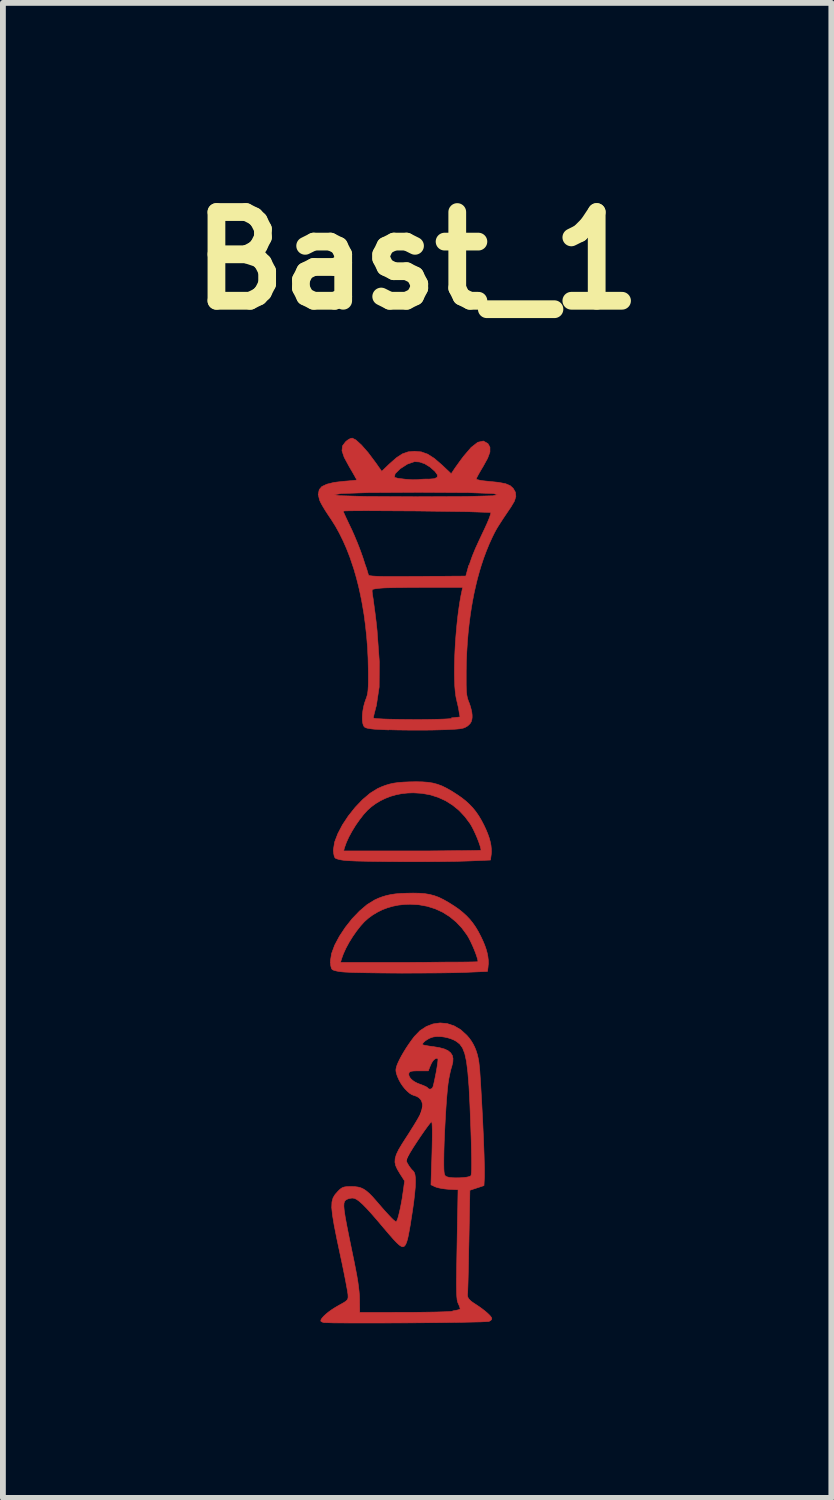
<source format=kicad_pcb>
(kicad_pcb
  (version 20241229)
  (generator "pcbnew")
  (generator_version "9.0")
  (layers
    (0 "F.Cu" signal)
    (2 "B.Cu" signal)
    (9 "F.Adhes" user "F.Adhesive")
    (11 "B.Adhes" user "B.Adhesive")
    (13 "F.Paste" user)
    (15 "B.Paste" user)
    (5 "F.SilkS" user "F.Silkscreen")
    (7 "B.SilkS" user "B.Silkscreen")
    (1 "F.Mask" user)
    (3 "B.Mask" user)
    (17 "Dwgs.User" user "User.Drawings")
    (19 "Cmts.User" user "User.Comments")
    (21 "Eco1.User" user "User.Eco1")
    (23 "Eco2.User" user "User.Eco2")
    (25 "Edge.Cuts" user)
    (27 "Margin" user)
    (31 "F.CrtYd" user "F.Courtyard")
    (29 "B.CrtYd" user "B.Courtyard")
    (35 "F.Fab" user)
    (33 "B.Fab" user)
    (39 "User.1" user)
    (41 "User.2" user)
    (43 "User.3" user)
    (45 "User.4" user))
  (footprint "Bast_1"
    (layer "F.Cu")
    (at 4.115 12.075)
    (property "Reference" "Bast_1" (at 0 -10.648 0) (layer "F.SilkS") (effects (font (size 1.524 1.524) (thickness 0.305))))
    (attr smd)
    (fp_poly (pts (xy -1.246 1.572) (xy -1.315 1.406) (xy -1.168 1.406) (xy -1.02 1.406) (xy -0.873 1.406) (xy -0.725 1.406) (xy -0.577 1.406) (xy -0.43 1.406) (xy -0.282 1.406) (xy -0.135 1.406) (xy 0.103 1.405) (xy 0.324 1.403) (xy 0.524 1.401) (xy 0.699 1.401) (xy 0.844 1.4) (xy 0.953 1.398) (xy 1.022 1.396) (xy 1.046 1.394) (xy 1.046 1.394) (xy 1.046 1.394) (xy 1.041 1.36) (xy 1.027 1.311) (xy 1.006 1.25) (xy 0.98 1.183) (xy 0.95 1.114) (xy 0.919 1.047) (xy 0.888 0.987) (xy 0.86 0.939) (xy 0.77 0.817) (xy 0.67 0.711) (xy 0.559 0.62) (xy 0.439 0.544) (xy 0.31 0.485) (xy 0.173 0.442) (xy 0.03 0.416) (xy -0.12 0.407) (xy -0.222 0.411) (xy -0.321 0.422) (xy -0.416 0.441) (xy -0.507 0.467) (xy -0.595 0.5) (xy -0.68 0.542) (xy -0.762 0.591) (xy -0.84 0.648) (xy -0.905 0.706) (xy -0.973 0.781) (xy -1.041 0.868) (xy -1.108 0.964) (xy -1.17 1.064) (xy -1.224 1.164) (xy -1.268 1.261) (xy -1.3 1.35) (xy -1.302 1.357) (xy -1.304 1.364) (xy -1.306 1.371) (xy -1.308 1.378) (xy -1.31 1.385) (xy -1.312 1.392) (xy -1.313 1.399) (xy -1.315 1.406) (xy -1.246 1.572) (xy -1.283 1.569) (xy -1.319 1.565) (xy -1.353 1.56) (xy -1.384 1.554) (xy -1.411 1.547) (xy -1.434 1.54) (xy -1.45 1.533) (xy -1.46 1.526) (xy -1.466 1.517) (xy -1.472 1.504) (xy -1.477 1.489) (xy -1.482 1.47) (xy -1.485 1.449) (xy -1.487 1.426) (xy -1.489 1.402) (xy -1.489 1.377) (xy -1.469 1.253) (xy -1.416 1.11) (xy -1.335 0.958) (xy -1.233 0.804) (xy -1.116 0.656) (xy -0.989 0.524) (xy -0.86 0.414) (xy -0.732 0.335) (xy -0.663 0.303) (xy -0.595 0.278) (xy -0.525 0.257) (xy -0.451 0.241) (xy -0.371 0.229) (xy -0.282 0.222) (xy -0.183 0.218) (xy -0.07 0.216) (xy 0.036 0.218) (xy 0.13 0.225) (xy 0.215 0.239) (xy 0.295 0.26) (xy 0.374 0.289) (xy 0.455 0.329) (xy 0.543 0.379) (xy 0.641 0.441) (xy 0.717 0.494) (xy 0.785 0.549) (xy 0.847 0.605) (xy 0.904 0.665) (xy 0.956 0.73) (xy 1.005 0.8) (xy 1.051 0.877) (xy 1.095 0.962) (xy 1.131 1.038) (xy 1.161 1.11) (xy 1.185 1.179) (xy 1.203 1.244) (xy 1.215 1.305) (xy 1.222 1.364) (xy 1.224 1.42) (xy 1.219 1.472) (xy 1.218 1.484) (xy 1.217 1.495) (xy 1.215 1.506) (xy 1.214 1.517) (xy 1.212 1.528) (xy 1.211 1.539) (xy 1.209 1.55) (xy 1.208 1.561) (xy 1.161 1.563) (xy 1.115 1.565) (xy 1.068 1.567) (xy 1.021 1.569) (xy 0.975 1.571) (xy 0.928 1.573) (xy 0.882 1.575) (xy 0.835 1.577) (xy 0.631 1.583) (xy 0.364 1.587) (xy 0.055 1.589) (xy -0.269 1.59) (xy -0.585 1.588) (xy -0.87 1.584) (xy -1.098 1.579) (xy -1.246 1.572) (xy -1.246 1.572) (xy -1.246 1.571) (xy -1.246 1.572)) (stroke (width 0.01) (type solid)) (fill yes) (layer "F.Cu"))
    (fp_poly (pts (xy -1.193 -0.342) (xy -1.263 -0.508) (xy -1.116 -0.508) (xy -0.968 -0.508) (xy -0.82 -0.508) (xy -0.673 -0.508) (xy -0.525 -0.508) (xy -0.378 -0.508) (xy -0.23 -0.508) (xy -0.083 -0.508) (xy 0.155 -0.508) (xy 0.376 -0.51) (xy 0.576 -0.512) (xy 0.751 -0.513) (xy 0.896 -0.514) (xy 1.005 -0.516) (xy 1.074 -0.518) (xy 1.098 -0.52) (xy 1.098 -0.519) (xy 1.098 -0.52) (xy 1.093 -0.554) (xy 1.079 -0.603) (xy 1.058 -0.664) (xy 1.032 -0.731) (xy 1.002 -0.8) (xy 0.971 -0.867) (xy 0.94 -0.927) (xy 0.912 -0.975) (xy 0.822 -1.096) (xy 0.722 -1.203) (xy 0.611 -1.294) (xy 0.491 -1.37) (xy 0.362 -1.429) (xy 0.226 -1.472) (xy 0.082 -1.498) (xy -0.067 -1.507) (xy -0.17 -1.503) (xy -0.269 -1.492) (xy -0.363 -1.473) (xy -0.455 -1.447) (xy -0.543 -1.413) (xy -0.628 -1.372) (xy -0.71 -1.323) (xy -0.788 -1.266) (xy -0.853 -1.208) (xy -0.921 -1.133) (xy -0.989 -1.045) (xy -1.056 -0.95) (xy -1.117 -0.85) (xy -1.172 -0.75) (xy -1.216 -0.653) (xy -1.248 -0.564) (xy -1.25 -0.557) (xy -1.252 -0.55) (xy -1.254 -0.543) (xy -1.255 -0.536) (xy -1.257 -0.529) (xy -1.259 -0.522) (xy -1.261 -0.515) (xy -1.263 -0.508) (xy -1.193 -0.342) (xy -1.231 -0.345) (xy -1.267 -0.349) (xy -1.301 -0.354) (xy -1.332 -0.36) (xy -1.359 -0.367) (xy -1.381 -0.374) (xy -1.398 -0.381) (xy -1.408 -0.388) (xy -1.414 -0.397) (xy -1.42 -0.409) (xy -1.425 -0.425) (xy -1.429 -0.444) (xy -1.433 -0.465) (xy -1.435 -0.487) (xy -1.437 -0.511) (xy -1.437 -0.536) (xy -1.417 -0.661) (xy -1.363 -0.803) (xy -1.283 -0.956) (xy -1.181 -1.11) (xy -1.064 -1.257) (xy -0.937 -1.39) (xy -0.807 -1.5) (xy -0.68 -1.579) (xy -0.611 -1.61) (xy -0.543 -1.636) (xy -0.473 -1.657) (xy -0.399 -1.673) (xy -0.319 -1.684) (xy -0.23 -1.691) (xy -0.131 -1.695) (xy -0.018 -1.697) (xy 0.088 -1.695) (xy 0.182 -1.688) (xy 0.267 -1.675) (xy 0.347 -1.654) (xy 0.426 -1.625) (xy 0.507 -1.585) (xy 0.595 -1.535) (xy 0.693 -1.472) (xy 0.769 -1.419) (xy 0.837 -1.365) (xy 0.899 -1.308) (xy 0.956 -1.248) (xy 1.008 -1.184) (xy 1.057 -1.113) (xy 1.103 -1.036) (xy 1.147 -0.952) (xy 1.183 -0.875) (xy 1.213 -0.803) (xy 1.237 -0.735) (xy 1.255 -0.67) (xy 1.268 -0.608) (xy 1.274 -0.55) (xy 1.276 -0.494) (xy 1.272 -0.441) (xy 1.27 -0.43) (xy 1.269 -0.419) (xy 1.267 -0.408) (xy 1.266 -0.397) (xy 1.264 -0.386) (xy 1.263 -0.374) (xy 1.261 -0.363) (xy 1.26 -0.352) (xy 1.213 -0.35) (xy 1.167 -0.348) (xy 1.12 -0.346) (xy 1.073 -0.344) (xy 1.027 -0.342) (xy 0.98 -0.34) (xy 0.934 -0.338) (xy 0.887 -0.336) (xy 0.684 -0.33) (xy 0.416 -0.326) (xy 0.107 -0.324) (xy -0.217 -0.324) (xy -0.533 -0.326) (xy -0.817 -0.33) (xy -1.046 -0.335) (xy -1.193 -0.342) (xy -1.193 -0.342) (xy -1.193 -0.343) (xy -1.193 -0.342)) (stroke (width 0.01) (type solid)) (fill yes) (layer "F.Cu"))
    (fp_poly (pts (xy -1.588 7.595) (xy -1.602 7.592) (xy -0.997 7.058) (xy -0.991 7.129) (xy -0.989 7.194) (xy -0.989 7.222) (xy -0.989 7.25) (xy -0.988 7.278) (xy -0.988 7.306) (xy -0.987 7.334) (xy -0.987 7.362) (xy -0.987 7.39) (xy -0.986 7.418) (xy -0.894 7.418) (xy -0.801 7.418) (xy -0.709 7.418) (xy -0.616 7.418) (xy -0.524 7.418) (xy -0.431 7.418) (xy -0.339 7.417) (xy -0.246 7.417) (xy -0.095 7.417) (xy 0.051 7.416) (xy 0.187 7.414) (xy 0.311 7.412) (xy 0.418 7.409) (xy 0.507 7.406) (xy 0.571 7.403) (xy 0.61 7.399) (xy 0.61 7.399) (xy 0.609 7.393) (xy 0.633 7.389) (xy 0.655 7.385) (xy 0.676 7.381) (xy 0.694 7.377) (xy 0.71 7.373) (xy 0.723 7.369) (xy 0.732 7.366) (xy 0.737 7.363) (xy 0.738 7.359) (xy 0.738 7.352) (xy 0.736 7.342) (xy 0.733 7.331) (xy 0.729 7.317) (xy 0.723 7.303) (xy 0.716 7.287) (xy 0.708 7.27) (xy 0.696 7.24) (xy 0.687 7.2) (xy 0.681 7.139) (xy 0.678 7.051) (xy 0.676 6.926) (xy 0.678 6.757) (xy 0.681 6.535) (xy 0.686 6.25) (xy 0.688 6.133) (xy 0.69 6.016) (xy 0.692 5.898) (xy 0.694 5.781) (xy 0.697 5.663) (xy 0.699 5.546) (xy 0.701 5.428) (xy 0.703 5.311) (xy 0.683 5.31) (xy 0.662 5.309) (xy 0.641 5.308) (xy 0.621 5.307) (xy 0.6 5.306) (xy 0.579 5.305) (xy 0.559 5.304) (xy 0.538 5.303) (xy 0.503 5.3) (xy 0.468 5.296) (xy 0.434 5.291) (xy 0.401 5.285) (xy 0.371 5.279) (xy 0.344 5.272) (xy 0.322 5.265) (xy 0.305 5.258) (xy 0.297 5.254) (xy 0.288 5.25) (xy 0.28 5.246) (xy 0.272 5.242) (xy 0.263 5.238) (xy 0.255 5.234) (xy 0.246 5.23) (xy 0.238 5.226) (xy 0.24 5.158) (xy 0.242 5.091) (xy 0.244 5.023) (xy 0.246 4.955) (xy 0.248 4.887) (xy 0.251 4.82) (xy 0.253 4.752) (xy 0.255 4.684) (xy 0.258 4.565) (xy 0.26 4.459) (xy 0.261 4.366) (xy 0.261 4.288) (xy 0.259 4.226) (xy 0.257 4.18) (xy 0.253 4.152) (xy 0.249 4.142) (xy 0.227 4.162) (xy 0.184 4.217) (xy 0.126 4.297) (xy 0.06 4.392) (xy -0.008 4.494) (xy -0.071 4.591) (xy -0.123 4.676) (xy -0.158 4.739) (xy -0.169 4.762) (xy -0.176 4.781) (xy -0.181 4.798) (xy -0.182 4.813) (xy -0.18 4.828) (xy -0.174 4.844) (xy -0.164 4.862) (xy -0.151 4.884) (xy -0.142 4.899) (xy -0.131 4.915) (xy -0.12 4.93) (xy -0.109 4.944) (xy -0.098 4.958) (xy -0.087 4.97) (xy -0.077 4.98) (xy -0.068 4.988) (xy -0.05 5.013) (xy -0.037 5.052) (xy -0.03 5.108) (xy -0.029 5.18) (xy -0.032 5.269) (xy -0.042 5.376) (xy -0.056 5.502) (xy -0.076 5.647) (xy -0.099 5.795) (xy -0.118 5.918) (xy -0.136 6.018) (xy -0.151 6.098) (xy -0.165 6.16) (xy -0.179 6.207) (xy -0.193 6.242) (xy -0.206 6.265) (xy -0.224 6.284) (xy -0.246 6.291) (xy -0.272 6.284) (xy -0.306 6.261) (xy -0.35 6.221) (xy -0.407 6.161) (xy -0.478 6.08) (xy -0.567 5.976) (xy -0.686 5.835) (xy -0.786 5.72) (xy -0.869 5.629) (xy -0.937 5.56) (xy -0.993 5.51) (xy -1.039 5.477) (xy -1.077 5.459) (xy -1.11 5.454) (xy -1.125 5.455) (xy -1.141 5.457) (xy -1.157 5.46) (xy -1.173 5.464) (xy -1.189 5.469) (xy -1.203 5.475) (xy -1.215 5.481) (xy -1.226 5.488) (xy -1.245 5.509) (xy -1.256 5.541) (xy -1.259 5.593) (xy -1.252 5.671) (xy -1.235 5.782) (xy -1.207 5.933) (xy -1.167 6.133) (xy -1.115 6.387) (xy -1.083 6.54) (xy -1.057 6.673) (xy -1.035 6.789) (xy -1.018 6.891) (xy -1.006 6.98) (xy -0.997 7.058) (xy -1.602 7.592) (xy -1.614 7.589) (xy -1.626 7.585) (xy -1.635 7.581) (xy -1.644 7.577) (xy -1.65 7.572) (xy -1.654 7.567) (xy -1.655 7.562) (xy -1.649 7.539) (xy -1.63 7.512) (xy -1.601 7.48) (xy -1.563 7.445) (xy -1.518 7.408) (xy -1.466 7.371) (xy -1.41 7.335) (xy -1.352 7.301) (xy -1.296 7.27) (xy -1.254 7.246) (xy -1.225 7.226) (xy -1.205 7.208) (xy -1.193 7.19) (xy -1.187 7.17) (xy -1.186 7.146) (xy -1.187 7.115) (xy -1.191 7.085) (xy -1.199 7.034) (xy -1.212 6.966) (xy -1.227 6.883) (xy -1.246 6.787) (xy -1.267 6.682) (xy -1.29 6.57) (xy -1.315 6.454) (xy -1.379 6.153) (xy -1.425 5.92) (xy -1.454 5.745) (xy -1.467 5.616) (xy -1.463 5.521) (xy -1.444 5.451) (xy -1.409 5.393) (xy -1.359 5.337) (xy -1.335 5.313) (xy -1.313 5.294) (xy -1.292 5.28) (xy -1.271 5.27) (xy -1.246 5.263) (xy -1.216 5.259) (xy -1.18 5.257) (xy -1.135 5.256) (xy -1.071 5.258) (xy -1.015 5.265) (xy -0.965 5.279) (xy -0.918 5.301) (xy -0.871 5.333) (xy -0.821 5.376) (xy -0.767 5.431) (xy -0.706 5.5) (xy -0.625 5.594) (xy -0.556 5.673) (xy -0.497 5.737) (xy -0.45 5.787) (xy -0.413 5.824) (xy -0.385 5.847) (xy -0.367 5.859) (xy -0.357 5.859) (xy -0.346 5.839) (xy -0.332 5.804) (xy -0.318 5.754) (xy -0.303 5.692) (xy -0.287 5.621) (xy -0.272 5.543) (xy -0.257 5.461) (xy -0.245 5.377) (xy -0.241 5.35) (xy -0.237 5.323) (xy -0.233 5.296) (xy -0.229 5.269) (xy -0.226 5.242) (xy -0.222 5.215) (xy -0.218 5.188) (xy -0.214 5.162) (xy -0.224 5.145) (xy -0.235 5.129) (xy -0.245 5.113) (xy -0.255 5.097) (xy -0.265 5.081) (xy -0.276 5.065) (xy 0.203 3.58) (xy 0.217 3.583) (xy 0.231 3.582) (xy 0.244 3.577) (xy 0.257 3.568) (xy 0.267 3.555) (xy 0.273 3.54) (xy 0.273 3.543) (xy 0.287 3.487) (xy 0.302 3.418) (xy 0.318 3.34) (xy 0.333 3.261) (xy 0.345 3.188) (xy 0.354 3.126) (xy 0.358 3.082) (xy 0.357 3.063) (xy 0.344 3.055) (xy 0.329 3.055) (xy 0.313 3.061) (xy 0.295 3.073) (xy 0.277 3.091) (xy 0.26 3.115) (xy 0.244 3.142) (xy 0.23 3.174) (xy 0.225 3.186) (xy 0.22 3.197) (xy 0.215 3.209) (xy 0.211 3.221) (xy 0.206 3.233) (xy 0.201 3.245) (xy 0.197 3.257) (xy 0.192 3.269) (xy 0.172 3.269) (xy 0.152 3.269) (xy 0.132 3.269) (xy 0.113 3.269) (xy 0.093 3.269) (xy 0.073 3.269) (xy 0.053 3.269) (xy 0.033 3.269) (xy -0.008 3.269) (xy -0.042 3.27) (xy -0.071 3.272) (xy -0.094 3.275) (xy -0.112 3.28) (xy -0.125 3.286) (xy -0.134 3.294) (xy -0.14 3.303) (xy -0.144 3.329) (xy -0.139 3.355) (xy -0.126 3.382) (xy -0.104 3.409) (xy -0.076 3.434) (xy -0.041 3.458) (xy -0.001 3.479) (xy 0.045 3.497) (xy 0.07 3.506) (xy 0.093 3.515) (xy 0.115 3.524) (xy 0.135 3.533) (xy 0.152 3.541) (xy 0.166 3.549) (xy 0.175 3.556) (xy 0.181 3.561) (xy 0.191 3.573) (xy 0.203 3.58) (xy -0.276 5.065) (xy -0.286 5.049) (xy 0.53 2.922) (xy 0.575 2.959) (xy 0.604 3.004) (xy 0.616 3.057) (xy 0.613 3.12) (xy 0.595 3.193) (xy 0.586 3.221) (xy 0.577 3.254) (xy 0.568 3.291) (xy 0.56 3.331) (xy 0.551 3.372) (xy 0.543 3.413) (xy 0.537 3.454) (xy 0.531 3.492) (xy 0.519 3.603) (xy 0.506 3.75) (xy 0.494 3.924) (xy 0.483 4.112) (xy 0.473 4.305) (xy 0.465 4.491) (xy 0.46 4.66) (xy 0.458 4.801) (xy 0.458 4.885) (xy 0.459 4.949) (xy 0.462 4.997) (xy 0.466 5.031) (xy 0.473 5.055) (xy 0.482 5.071) (xy 0.495 5.081) (xy 0.513 5.089) (xy 0.549 5.099) (xy 0.602 5.105) (xy 0.664 5.107) (xy 0.731 5.106) (xy 0.796 5.102) (xy 0.853 5.095) (xy 0.897 5.085) (xy 0.922 5.073) (xy 0.922 5.073) (xy 0.922 5.073) (xy 0.922 5.073) (xy 0.922 5.073) (xy 0.922 5.074) (xy 0.928 5.057) (xy 0.933 5.02) (xy 0.936 4.961) (xy 0.937 4.877) (xy 0.936 4.766) (xy 0.933 4.626) (xy 0.929 4.455) (xy 0.922 4.249) (xy 0.907 3.854) (xy 0.891 3.539) (xy 0.871 3.293) (xy 0.848 3.107) (xy 0.818 2.971) (xy 0.78 2.875) (xy 0.732 2.808) (xy 0.673 2.762) (xy 0.629 2.738) (xy 0.58 2.718) (xy 0.529 2.702) (xy 0.476 2.69) (xy 0.423 2.682) (xy 0.371 2.679) (xy 0.322 2.68) (xy 0.277 2.687) (xy 0.243 2.697) (xy 0.207 2.712) (xy 0.174 2.731) (xy 0.143 2.751) (xy 0.119 2.772) (xy 0.101 2.791) (xy 0.094 2.808) (xy 0.097 2.82) (xy 0.104 2.823) (xy 0.116 2.827) (xy 0.135 2.831) (xy 0.158 2.835) (xy 0.185 2.84) (xy 0.216 2.845) (xy 0.25 2.85) (xy 0.285 2.854) (xy 0.385 2.871) (xy 0.467 2.893) (xy 0.53 2.922) (xy -0.286 5.049) (xy -0.296 5.033) (xy -0.339 4.961) (xy -0.368 4.897) (xy -0.381 4.837) (xy -0.377 4.775) (xy -0.357 4.706) (xy -0.318 4.624) (xy -0.259 4.525) (xy -0.18 4.402) (xy -0.139 4.339) (xy -0.1 4.276) (xy -0.062 4.216) (xy -0.028 4.16) (xy 0.002 4.11) (xy 0.026 4.067) (xy 0.045 4.033) (xy 0.056 4.009) (xy 0.078 3.947) (xy 0.09 3.892) (xy 0.091 3.842) (xy 0.081 3.799) (xy 0.062 3.762) (xy 0.032 3.731) (xy -0.008 3.707) (xy -0.059 3.69) (xy -0.094 3.676) (xy -0.131 3.652) (xy -0.17 3.618) (xy -0.209 3.578) (xy -0.246 3.532) (xy -0.28 3.482) (xy -0.309 3.43) (xy -0.333 3.377) (xy -0.346 3.343) (xy -0.355 3.314) (xy -0.361 3.289) (xy -0.364 3.266) (xy -0.364 3.245) (xy -0.36 3.223) (xy -0.354 3.2) (xy -0.346 3.173) (xy -0.326 3.125) (xy -0.299 3.069) (xy -0.266 3.007) (xy -0.228 2.942) (xy -0.186 2.874) (xy -0.141 2.807) (xy -0.095 2.742) (xy -0.049 2.681) (xy 0.048 2.58) (xy 0.157 2.508) (xy 0.273 2.463) (xy 0.394 2.446) (xy 0.516 2.457) (xy 0.635 2.496) (xy 0.749 2.563) (xy 0.854 2.659) (xy 0.895 2.707) (xy 0.931 2.757) (xy 0.962 2.809) (xy 0.989 2.863) (xy 1.012 2.92) (xy 1.032 2.982) (xy 1.048 3.048) (xy 1.061 3.121) (xy 1.075 3.251) (xy 1.09 3.478) (xy 1.107 3.769) (xy 1.124 4.093) (xy 1.139 4.418) (xy 1.15 4.713) (xy 1.156 4.946) (xy 1.156 5.084) (xy 1.155 5.104) (xy 1.154 5.123) (xy 1.153 5.143) (xy 1.152 5.162) (xy 1.151 5.182) (xy 1.15 5.201) (xy 1.149 5.221) (xy 1.148 5.24) (xy 1.133 5.245) (xy 1.118 5.25) (xy 1.103 5.255) (xy 1.088 5.26) (xy 1.073 5.265) (xy 1.057 5.27) (xy 1.042 5.275) (xy 1.027 5.28) (xy 1.012 5.285) (xy 0.997 5.29) (xy 0.982 5.295) (xy 0.966 5.3) (xy 0.951 5.305) (xy 0.936 5.31) (xy 0.921 5.315) (xy 0.906 5.32) (xy 0.904 5.428) (xy 0.902 5.535) (xy 0.9 5.643) (xy 0.898 5.75) (xy 0.896 5.858) (xy 0.894 5.965) (xy 0.892 6.073) (xy 0.89 6.18) (xy 0.886 6.354) (xy 0.883 6.517) (xy 0.88 6.666) (xy 0.877 6.798) (xy 0.874 6.908) (xy 0.871 6.994) (xy 0.869 7.051) (xy 0.868 7.076) (xy 0.865 7.106) (xy 0.865 7.133) (xy 0.871 7.156) (xy 0.882 7.179) (xy 0.9 7.2) (xy 0.924 7.223) (xy 0.956 7.247) (xy 0.997 7.274) (xy 1.056 7.313) (xy 1.111 7.352) (xy 1.159 7.389) (xy 1.201 7.424) (xy 1.235 7.456) (xy 1.261 7.484) (xy 1.277 7.507) (xy 1.282 7.525) (xy 1.281 7.532) (xy 1.278 7.539) (xy 1.273 7.546) (xy 1.266 7.553) (xy 1.258 7.559) (xy 1.249 7.565) (xy 1.239 7.57) (xy 1.228 7.574) (xy 1.094 7.581) (xy 0.778 7.588) (xy 0.34 7.594) (xy -0.161 7.598) (xy -0.664 7.6) (xy -1.11 7.6) (xy -1.438 7.598) (xy -1.588 7.593) (xy -1.588 7.595)) (stroke (width 0.01) (type solid)) (fill yes) (layer "F.Cu"))
    (fp_poly (pts (xy -0.484 -2.587) (xy -0.752 -2.793) (xy -0.74 -2.788) (xy -0.704 -2.783) (xy -0.649 -2.779) (xy -0.577 -2.775) (xy -0.49 -2.772) (xy -0.392 -2.77) (xy -0.285 -2.768) (xy -0.173 -2.767) (xy -0.057 -2.766) (xy 0.058 -2.766) (xy 0.17 -2.767) (xy 0.277 -2.769) (xy 0.376 -2.771) (xy 0.463 -2.774) (xy 0.535 -2.778) (xy 0.591 -2.783) (xy 0.591 -2.783) (xy 0.591 -2.783) (xy 0.591 -2.783) (xy 0.591 -2.783) (xy 0.59 -2.795) (xy 0.599 -2.796) (xy 0.608 -2.797) (xy 0.618 -2.797) (xy 0.627 -2.798) (xy 0.636 -2.799) (xy 0.645 -2.8) (xy 0.654 -2.801) (xy 0.664 -2.802) (xy 0.666 -2.802) (xy 0.668 -2.803) (xy 0.67 -2.803) (xy 0.673 -2.803) (xy 0.675 -2.803) (xy 0.677 -2.804) (xy 0.68 -2.804) (xy 0.682 -2.804) (xy 0.684 -2.804) (xy 0.687 -2.805) (xy 0.689 -2.805) (xy 0.691 -2.805) (xy 0.694 -2.805) (xy 0.696 -2.806) (xy 0.698 -2.806) (xy 0.701 -2.806) (xy 0.703 -2.806) (xy 0.705 -2.807) (xy 0.707 -2.807) (xy 0.71 -2.807) (xy 0.712 -2.807) (xy 0.714 -2.808) (xy 0.717 -2.808) (xy 0.719 -2.808) (xy 0.721 -2.808) (xy 0.724 -2.809) (xy 0.726 -2.809) (xy 0.728 -2.809) (xy 0.731 -2.809) (xy 0.733 -2.81) (xy 0.735 -2.81) (xy 0.737 -2.81) (xy 0.737 -2.811) (xy 0.737 -2.812) (xy 0.737 -2.813) (xy 0.737 -2.814) (xy 0.737 -2.815) (xy 0.736 -2.815) (xy 0.736 -2.816) (xy 0.736 -2.817) (xy 0.736 -2.818) (xy 0.736 -2.819) (xy 0.735 -2.82) (xy 0.735 -2.821) (xy 0.735 -2.822) (xy 0.735 -2.823) (xy 0.735 -2.824) (xy 0.734 -2.825) (xy 0.734 -2.825) (xy 0.734 -2.826) (xy 0.734 -2.827) (xy 0.734 -2.828) (xy 0.734 -2.829) (xy 0.733 -2.83) (xy 0.733 -2.831) (xy 0.733 -2.832) (xy 0.733 -2.833) (xy 0.733 -2.834) (xy 0.732 -2.835) (xy 0.732 -2.836) (xy 0.732 -2.836) (xy 0.732 -2.837) (xy 0.732 -2.838) (xy 0.731 -2.839) (xy 0.731 -2.84) (xy 0.731 -2.841) (xy 0.731 -2.842) (xy 0.731 -2.843) (xy 0.731 -2.844) (xy 0.73 -2.845) (xy 0.73 -2.846) (xy 0.73 -2.846) (xy 0.73 -2.847) (xy 0.73 -2.848) (xy 0.729 -2.849) (xy 0.729 -2.85) (xy 0.729 -2.851) (xy 0.729 -2.852) (xy 0.729 -2.853) (xy 0.728 -2.854) (xy 0.728 -2.855) (xy 0.728 -2.856) (xy 0.728 -2.856) (xy 0.728 -2.857) (xy 0.728 -2.858) (xy 0.727 -2.859) (xy 0.727 -2.86) (xy 0.727 -2.861) (xy 0.727 -2.862) (xy 0.727 -2.863) (xy 0.726 -2.864) (xy 0.726 -2.865) (xy 0.726 -2.866) (xy 0.726 -2.867) (xy 0.726 -2.867) (xy 0.725 -2.868) (xy 0.725 -2.87) (xy 0.725 -2.872) (xy 0.724 -2.874) (xy 0.724 -2.876) (xy 0.724 -2.879) (xy 0.723 -2.882) (xy 0.723 -2.885) (xy 0.722 -2.888) (xy 0.722 -2.891) (xy 0.721 -2.894) (xy 0.721 -2.897) (xy 0.72 -2.9) (xy 0.72 -2.904) (xy 0.719 -2.908) (xy 0.719 -2.912) (xy 0.718 -2.916) (xy 0.717 -2.92) (xy 0.717 -2.924) (xy 0.716 -2.928) (xy 0.715 -2.932) (xy 0.715 -2.936) (xy 0.714 -2.94) (xy 0.713 -2.944) (xy 0.713 -2.948) (xy 0.712 -2.952) (xy 0.711 -2.956) (xy 0.71 -2.96) (xy 0.71 -2.964) (xy 0.709 -2.968) (xy 0.708 -2.972) (xy 0.707 -2.976) (xy 0.706 -2.98) (xy 0.705 -2.984) (xy 0.705 -2.988) (xy 0.704 -2.992) (xy 0.703 -2.996) (xy 0.702 -3) (xy 0.701 -3.004) (xy 0.7 -3.008) (xy 0.699 -3.012) (xy 0.698 -3.016) (xy 0.697 -3.02) (xy 0.697 -3.024) (xy 0.696 -3.028) (xy 0.695 -3.032) (xy 0.694 -3.036) (xy 0.693 -3.04) (xy 0.692 -3.044) (xy 0.691 -3.048) (xy 0.69 -3.052) (xy 0.689 -3.056) (xy 0.688 -3.06) (xy 0.687 -3.064) (xy 0.686 -3.068) (xy 0.685 -3.072) (xy 0.684 -3.076) (xy 0.683 -3.08) (xy 0.682 -3.084) (xy 0.682 -3.088) (xy 0.681 -3.092) (xy 0.68 -3.096) (xy 0.679 -3.1) (xy 0.678 -3.104) (xy 0.677 -3.108) (xy 0.673 -3.123) (xy 0.67 -3.138) (xy 0.667 -3.155) (xy 0.664 -3.172) (xy 0.654 -3.251) (xy 0.646 -3.344) (xy 0.642 -3.449) (xy 0.64 -3.564) (xy 0.641 -3.687) (xy 0.644 -3.817) (xy 0.65 -3.951) (xy 0.657 -4.088) (xy 0.668 -4.226) (xy 0.68 -4.364) (xy 0.694 -4.499) (xy 0.71 -4.63) (xy 0.715 -4.661) (xy 0.719 -4.692) (xy 0.724 -4.723) (xy 0.728 -4.754) (xy 0.733 -4.784) (xy 0.738 -4.813) (xy 0.743 -4.842) (xy 0.748 -4.87) (xy 0.753 -4.898) (xy 0.759 -4.925) (xy 0.764 -4.951) (xy 0.77 -4.977) (xy 0.77 -4.978) (xy 0.77 -4.979) (xy 0.77 -4.979) (xy 0.77 -4.98) (xy 0.771 -4.981) (xy 0.771 -4.982) (xy 0.771 -4.983) (xy 0.771 -4.984) (xy 0.771 -4.985) (xy 0.771 -4.986) (xy 0.772 -4.987) (xy 0.772 -4.988) (xy 0.772 -4.989) (xy 0.772 -4.989) (xy 0.772 -4.99) (xy 0.773 -4.991) (xy 0.773 -4.992) (xy 0.773 -4.993) (xy 0.773 -4.994) (xy 0.773 -4.995) (xy 0.774 -4.996) (xy 0.774 -4.997) (xy 0.774 -4.998) (xy 0.774 -4.999) (xy 0.774 -4.999) (xy 0.774 -5) (xy 0.775 -5.001) (xy 0.775 -5.002) (xy 0.775 -5.003) (xy 0.775 -5.004) (xy 0.775 -5.005) (xy 0.776 -5.006) (xy 0.776 -5.007) (xy 0.776 -5.008) (xy 0.776 -5.009) (xy 0.776 -5.01) (xy 0.777 -5.01) (xy 0.777 -5.011) (xy 0.777 -5.012) (xy 0.777 -5.013) (xy 0.777 -5.014) (xy 0.777 -5.015) (xy 0.778 -5.016) (xy 0.778 -5.017) (xy 0.778 -5.018) (xy 0.778 -5.019) (xy 0.778 -5.02) (xy 0.779 -5.02) (xy 0.779 -5.021) (xy 0.779 -5.022) (xy 0.779 -5.023) (xy 0.779 -5.024) (xy 0.78 -5.025) (xy 0.78 -5.026) (xy 0.78 -5.027) (xy 0.78 -5.028) (xy 0.78 -5.029) (xy 0.78 -5.03) (xy 0.781 -5.03) (xy 0.781 -5.031) (xy 0.781 -5.032) (xy 0.781 -5.033) (xy 0.781 -5.034) (xy 0.782 -5.035) (xy 0.741 -5.035) (xy 0.7 -5.035) (xy 0.659 -5.035) (xy 0.618 -5.035) (xy 0.577 -5.035) (xy 0.536 -5.035) (xy 0.495 -5.035) (xy 0.454 -5.035) (xy 0.413 -5.035) (xy 0.372 -5.035) (xy 0.331 -5.035) (xy 0.29 -5.035) (xy 0.25 -5.035) (xy 0.209 -5.035) (xy 0.168 -5.035) (xy 0.127 -5.035) (xy 0.059 -5.035) (xy -0.007 -5.034) (xy -0.073 -5.034) (xy -0.137 -5.034) (xy -0.2 -5.033) (xy -0.26 -5.032) (xy -0.318 -5.032) (xy -0.373 -5.031) (xy -0.424 -5.03) (xy -0.471 -5.029) (xy -0.515 -5.028) (xy -0.553 -5.027) (xy -0.587 -5.025) (xy -0.615 -5.023) (xy -0.638 -5.021) (xy -0.654 -5.019) (xy -0.676 -5.016) (xy -0.695 -5.014) (xy -0.712 -5.012) (xy -0.726 -5.01) (xy -0.729 -5.009) (xy -0.733 -5.009) (xy -0.735 -5.008) (xy -0.738 -5.008) (xy -0.741 -5.007) (xy -0.743 -5.007) (xy -0.746 -5.006) (xy -0.748 -5.006) (xy -0.75 -5.005) (xy -0.752 -5.004) (xy -0.754 -5.004) (xy -0.756 -5.003) (xy -0.758 -5.002) (xy -0.759 -5.001) (xy -0.761 -5) (xy -0.762 -4.999) (xy -0.764 -4.998) (xy -0.765 -4.997) (xy -0.766 -4.996) (xy -0.767 -4.995) (xy -0.768 -4.994) (xy -0.769 -4.994) (xy -0.77 -4.993) (xy -0.77 -4.991) (xy -0.771 -4.989) (xy -0.771 -4.987) (xy -0.772 -4.985) (xy -0.772 -4.983) (xy -0.773 -4.981) (xy -0.773 -4.979) (xy -0.773 -4.977) (xy -0.773 -4.975) (xy -0.773 -4.973) (xy -0.773 -4.971) (xy -0.773 -4.969) (xy -0.773 -4.967) (xy -0.773 -4.965) (xy -0.773 -4.963) (xy -0.772 -4.96) (xy -0.772 -4.957) (xy -0.772 -4.954) (xy -0.772 -4.951) (xy -0.771 -4.948) (xy -0.771 -4.945) (xy -0.77 -4.941) (xy -0.77 -4.937) (xy -0.769 -4.933) (xy -0.769 -4.929) (xy -0.763 -4.887) (xy -0.756 -4.845) (xy -0.75 -4.803) (xy -0.745 -4.762) (xy -0.723 -4.601) (xy -0.704 -4.446) (xy -0.688 -4.296) (xy -0.649 -3.757) (xy -0.652 -3.324) (xy -0.699 -3.011) (xy -0.704 -2.991) (xy -0.71 -2.971) (xy -0.715 -2.952) (xy -0.719 -2.934) (xy -0.724 -2.916) (xy -0.728 -2.899) (xy -0.733 -2.882) (xy -0.736 -2.867) (xy -0.74 -2.853) (xy -0.743 -2.84) (xy -0.745 -2.828) (xy -0.748 -2.818) (xy -0.75 -2.809) (xy -0.751 -2.802) (xy -0.752 -2.797) (xy -0.752 -2.793) (xy -0.484 -2.587) (xy -0.533 -2.589) (xy -0.579 -2.591) (xy -0.621 -2.593) (xy -0.66 -2.595) (xy -0.696 -2.597) (xy -0.728 -2.599) (xy -0.758 -2.602) (xy -0.96 -5.628) (xy -0.949 -5.596) (xy -0.938 -5.567) (xy -0.929 -5.539) (xy -0.92 -5.512) (xy -0.912 -5.486) (xy -0.904 -5.461) (xy -0.896 -5.436) (xy -0.894 -5.43) (xy -0.892 -5.424) (xy -0.89 -5.418) (xy -0.888 -5.413) (xy -0.886 -5.408) (xy -0.884 -5.403) (xy -0.882 -5.398) (xy -0.88 -5.393) (xy -0.879 -5.388) (xy -0.877 -5.383) (xy -0.875 -5.378) (xy -0.873 -5.373) (xy -0.872 -5.368) (xy -0.87 -5.363) (xy -0.868 -5.358) (xy -0.867 -5.353) (xy -0.865 -5.348) (xy -0.864 -5.343) (xy -0.862 -5.338) (xy -0.861 -5.333) (xy -0.859 -5.328) (xy -0.858 -5.323) (xy -0.856 -5.318) (xy -0.855 -5.313) (xy -0.854 -5.309) (xy -0.852 -5.305) (xy -0.851 -5.301) (xy -0.85 -5.297) (xy -0.849 -5.293) (xy -0.847 -5.289) (xy -0.846 -5.285) (xy -0.845 -5.281) (xy -0.844 -5.277) (xy -0.843 -5.274) (xy -0.842 -5.271) (xy -0.842 -5.268) (xy -0.841 -5.265) (xy -0.84 -5.263) (xy -0.839 -5.261) (xy -0.838 -5.259) (xy -0.838 -5.257) (xy -0.837 -5.255) (xy -0.837 -5.253) (xy -0.836 -5.251) (xy -0.836 -5.25) (xy -0.835 -5.249) (xy -0.835 -5.248) (xy -0.835 -5.247) (xy -0.834 -5.246) (xy -0.833 -5.245) (xy -0.832 -5.244) (xy -0.831 -5.243) (xy -0.829 -5.243) (xy -0.827 -5.242) (xy -0.825 -5.241) (xy -0.823 -5.24) (xy -0.82 -5.239) (xy -0.817 -5.238) (xy -0.813 -5.237) (xy -0.81 -5.237) (xy -0.806 -5.236) (xy -0.801 -5.235) (xy -0.796 -5.235) (xy -0.791 -5.234) (xy -0.767 -5.231) (xy -0.737 -5.229) (xy -0.7 -5.227) (xy -0.656 -5.225) (xy -0.604 -5.224) (xy -0.544 -5.223) (xy -0.476 -5.223) (xy -0.399 -5.223) (xy -0.313 -5.223) (xy -0.217 -5.223) (xy -0.111 -5.224) (xy 0.006 -5.224) (xy 0.058 -5.224) (xy 0.11 -5.225) (xy 0.162 -5.225) (xy 0.213 -5.226) (xy 0.265 -5.226) (xy 0.317 -5.226) (xy 0.369 -5.227) (xy 0.421 -5.227) (xy 0.473 -5.227) (xy 0.525 -5.228) (xy 0.577 -5.228) (xy 0.628 -5.229) (xy 0.68 -5.229) (xy 0.732 -5.229) (xy 0.784 -5.23) (xy 0.836 -5.23) (xy 0.837 -5.233) (xy 0.838 -5.236) (xy 0.838 -5.239) (xy 0.839 -5.242) (xy 0.84 -5.245) (xy 0.841 -5.248) (xy 0.842 -5.251) (xy 0.842 -5.254) (xy 0.843 -5.257) (xy 0.844 -5.26) (xy 0.845 -5.263) (xy 0.846 -5.266) (xy 0.847 -5.269) (xy 0.847 -5.272) (xy 0.848 -5.275) (xy 0.849 -5.278) (xy 0.85 -5.281) (xy 0.851 -5.284) (xy 0.852 -5.287) (xy 0.852 -5.29) (xy 0.853 -5.293) (xy 0.854 -5.296) (xy 0.855 -5.299) (xy 0.856 -5.302) (xy 0.857 -5.305) (xy 0.857 -5.308) (xy 0.858 -5.311) (xy 0.859 -5.314) (xy 0.86 -5.317) (xy 0.861 -5.32) (xy 0.861 -5.323) (xy 0.862 -5.326) (xy 0.863 -5.329) (xy 0.864 -5.332) (xy 0.865 -5.335) (xy 0.866 -5.338) (xy 0.866 -5.341) (xy 0.867 -5.344) (xy 0.868 -5.347) (xy 0.869 -5.35) (xy 0.87 -5.353) (xy 0.871 -5.356) (xy 0.871 -5.359) (xy 0.872 -5.362) (xy 0.873 -5.365) (xy 0.874 -5.368) (xy 0.875 -5.371) (xy 0.876 -5.374) (xy 0.876 -5.377) (xy 0.877 -5.38) (xy 0.878 -5.383) (xy 0.879 -5.386) (xy 0.88 -5.389) (xy 0.88 -5.392) (xy 0.881 -5.395) (xy 0.882 -5.398) (xy 0.883 -5.401) (xy 0.884 -5.404) (xy 0.885 -5.407) (xy 0.885 -5.41) (xy 0.886 -5.413) (xy 0.887 -5.416) (xy 0.888 -5.419) (xy 0.888 -5.397) (xy 0.891 -5.406) (xy 0.894 -5.415) (xy 0.896 -5.424) (xy 0.899 -5.432) (xy 0.91 -5.466) (xy 0.921 -5.497) (xy 0.931 -5.527) (xy 0.942 -5.557) (xy 0.953 -5.587) (xy 0.966 -5.618) (xy 0.979 -5.65) (xy 0.993 -5.684) (xy 1.009 -5.721) (xy 1.027 -5.76) (xy 1.047 -5.804) (xy 1.069 -5.852) (xy 1.094 -5.905) (xy 1.121 -5.963) (xy 1.152 -6.028) (xy 1.165 -6.056) (xy 1.178 -6.084) (xy 1.19 -6.111) (xy 1.202 -6.137) (xy 1.24 -6.228) (xy 1.262 -6.294) (xy 1.266 -6.322) (xy 0.862 -6.336) (xy -0.009 -6.348) (xy -0.877 -6.353) (xy -1.038 -6.352) (xy -1.163 -6.351) (xy -1.242 -6.349) (xy -1.271 -6.345) (xy -1.27 -6.342) (xy -1.268 -6.337) (xy -1.265 -6.33) (xy -1.261 -6.32) (xy -1.255 -6.308) (xy -1.249 -6.294) (xy -1.241 -6.277) (xy -1.233 -6.259) (xy -1.224 -6.239) (xy -1.214 -6.218) (xy -1.203 -6.195) (xy -1.192 -6.171) (xy -1.18 -6.146) (xy -1.168 -6.121) (xy -1.155 -6.094) (xy -1.142 -6.066) (xy -1.128 -6.038) (xy -1.114 -6.007) (xy -1.1 -5.975) (xy -1.085 -5.942) (xy -1.07 -5.907) (xy -1.056 -5.872) (xy -1.041 -5.837) (xy -1.026 -5.801) (xy -1.012 -5.765) (xy -0.998 -5.73) (xy -0.985 -5.695) (xy -0.972 -5.661) (xy -0.96 -5.628) (xy -0.758 -2.602) (xy -0.784 -2.605) (xy -0.808 -2.608) (xy -0.829 -2.611) (xy -0.848 -2.615) (xy -0.863 -2.619) (xy -0.877 -2.623) (xy -0.888 -2.627) (xy -0.896 -2.631) (xy -0.902 -2.636) (xy -0.913 -2.647) (xy -0.921 -2.662) (xy -0.928 -2.681) (xy -0.934 -2.703) (xy -0.938 -2.727) (xy -0.941 -2.754) (xy -0.942 -2.784) (xy -0.942 -2.815) (xy -0.94 -2.848) (xy -0.937 -2.882) (xy -0.932 -2.917) (xy -0.926 -2.952) (xy -0.919 -2.988) (xy -0.91 -3.023) (xy -0.9 -3.059) (xy -0.888 -3.093) (xy -0.886 -3.099) (xy -0.884 -3.105) (xy -0.882 -3.111) (xy -0.88 -3.116) (xy -0.878 -3.121) (xy -0.876 -3.126) (xy -0.874 -3.131) (xy -0.872 -3.136) (xy -0.871 -3.141) (xy -0.869 -3.146) (xy -0.867 -3.151) (xy -0.866 -3.156) (xy -0.864 -3.161) (xy -0.863 -3.166) (xy -0.861 -3.171) (xy -0.86 -3.176) (xy -0.858 -3.181) (xy -0.857 -3.186) (xy -0.856 -3.191) (xy -0.855 -3.196) (xy -0.854 -3.201) (xy -0.853 -3.206) (xy -0.852 -3.211) (xy -0.851 -3.217) (xy -0.85 -3.223) (xy -0.849 -3.229) (xy -0.848 -3.235) (xy -0.847 -3.241) (xy -0.844 -3.268) (xy -0.842 -3.298) (xy -0.84 -3.331) (xy -0.839 -3.367) (xy -0.838 -3.408) (xy -0.838 -3.454) (xy -0.838 -3.506) (xy -0.838 -3.564) (xy -0.839 -3.628) (xy -0.843 -3.821) (xy -0.853 -4.013) (xy -0.868 -4.201) (xy -0.888 -4.386) (xy -0.912 -4.568) (xy -0.942 -4.745) (xy -0.95 -4.789) (xy -0.958 -4.832) (xy -0.967 -4.875) (xy -0.976 -4.918) (xy -1.341 -6.611) (xy -0.898 -6.598) (xy -0.027 -6.593) (xy 0.845 -6.597) (xy 1.288 -6.609) (xy 1.288 -6.609) (xy 1.288 -6.61) (xy 1.288 -6.607) (xy 1.311 -6.612) (xy 1.335 -6.617) (xy 1.358 -6.622) (xy 1.382 -6.627) (xy 1.364 -6.632) (xy 1.347 -6.637) (xy 1.329 -6.642) (xy 1.311 -6.647) (xy 0.886 -6.663) (xy 0.027 -6.668) (xy -0.844 -6.663) (xy -1.306 -6.647) (xy -1.336 -6.642) (xy -1.365 -6.637) (xy -1.395 -6.632) (xy -1.424 -6.627) (xy -1.403 -6.623) (xy -1.383 -6.619) (xy -1.362 -6.615) (xy -1.341 -6.611) (xy -0.976 -4.918) (xy -0.985 -4.961) (xy -0.994 -5.003) (xy -1.004 -5.044) (xy -1.014 -5.086) (xy -1.025 -5.127) (xy -1.035 -5.168) (xy -1.046 -5.208) (xy -1.057 -5.249) (xy -1.069 -5.288) (xy -1.08 -5.328) (xy -1.092 -5.367) (xy -1.105 -5.405) (xy -1.156 -5.556) (xy -1.212 -5.7) (xy -1.272 -5.836) (xy -1.336 -5.966) (xy -1.403 -6.087) (xy -1.474 -6.2) (xy -1.514 -6.259) (xy -1.549 -6.312) (xy -1.58 -6.36) (xy -1.606 -6.403) (xy -1.629 -6.442) (xy -1.649 -6.478) (xy -1.665 -6.51) (xy -1.677 -6.538) (xy -0.167 -7.153) (xy -0.291 -7.073) (xy -0.378 -6.987) (xy -0.39 -6.926) (xy -0.328 -6.909) (xy -0.207 -6.894) (xy -0.076 -6.885) (xy 0.014 -6.887) (xy 0.043 -6.891) (xy 0.088 -6.894) (xy 0.141 -6.896) (xy 0.198 -6.896) (xy 0.198 -6.895) (xy 0.295 -6.903) (xy 0.345 -6.927) (xy 0.349 -6.968) (xy 0.306 -7.028) (xy 0.221 -7.103) (xy 0.13 -7.159) (xy 0.038 -7.19) (xy -0.046 -7.195) (xy -0.167 -7.153) (xy -1.677 -6.538) (xy -1.699 -6.633) (xy -1.681 -6.716) (xy -1.638 -6.767) (xy -1.552 -6.808) (xy -1.427 -6.839) (xy -1.265 -6.858) (xy -1.176 -6.865) (xy -1.103 -6.872) (xy -1.054 -6.877) (xy -1.035 -6.881) (xy -1.046 -6.901) (xy -1.074 -6.95) (xy -1.115 -7.022) (xy -1.165 -7.107) (xy -1.253 -7.269) (xy -1.291 -7.382) (xy -1.282 -7.466) (xy -1.229 -7.537) (xy -1.199 -7.562) (xy -1.168 -7.582) (xy -1.138 -7.595) (xy -1.114 -7.6) (xy -1.051 -7.568) (xy -0.956 -7.481) (xy -0.842 -7.351) (xy -0.722 -7.191) (xy -0.693 -7.151) (xy -0.665 -7.11) (xy -0.636 -7.07) (xy -0.608 -7.03) (xy -0.574 -7.062) (xy -0.541 -7.094) (xy -0.507 -7.127) (xy -0.473 -7.159) (xy -0.354 -7.264) (xy -0.252 -7.33) (xy -0.154 -7.364) (xy -0.045 -7.374) (xy 0.073 -7.363) (xy 0.182 -7.324) (xy 0.296 -7.251) (xy 0.429 -7.136) (xy 0.468 -7.099) (xy 0.507 -7.062) (xy 0.547 -7.025) (xy 0.586 -6.987) (xy 0.596 -7.004) (xy 0.607 -7.02) (xy 0.617 -7.036) (xy 0.628 -7.052) (xy 0.654 -7.091) (xy 0.695 -7.148) (xy 0.744 -7.216) (xy 0.797 -7.287) (xy 0.928 -7.44) (xy 1.041 -7.528) (xy 1.138 -7.55) (xy 1.216 -7.506) (xy 1.251 -7.443) (xy 1.251 -7.361) (xy 1.212 -7.255) (xy 1.135 -7.115) (xy 1.089 -7.038) (xy 1.051 -6.971) (xy 1.025 -6.921) (xy 1.016 -6.897) (xy 1.032 -6.887) (xy 1.077 -6.876) (xy 1.142 -6.866) (xy 1.222 -6.858) (xy 1.398 -6.84) (xy 1.519 -6.817) (xy 1.599 -6.783) (xy 1.651 -6.736) (xy 1.689 -6.669) (xy 1.696 -6.597) (xy 1.671 -6.516) (xy 1.613 -6.418) (xy 1.482 -6.224) (xy 1.398 -6.094) (xy 1.382 -6.068) (xy 1.367 -6.043) (xy 1.353 -6.018) (xy 1.34 -5.994) (xy 1.327 -5.97) (xy 1.315 -5.945) (xy 1.302 -5.919) (xy 1.288 -5.89) (xy 1.237 -5.778) (xy 1.189 -5.66) (xy 1.143 -5.537) (xy 1.101 -5.41) (xy 1.091 -5.377) (xy 1.081 -5.344) (xy 1.071 -5.311) (xy 1.062 -5.278) (xy 1.053 -5.244) (xy 1.043 -5.21) (xy 1.034 -5.176) (xy 1.026 -5.142) (xy 1.017 -5.107) (xy 1.009 -5.072) (xy 1.001 -5.037) (xy 0.993 -5.002) (xy 0.985 -4.966) (xy 0.977 -4.93) (xy 0.97 -4.894) (xy 0.963 -4.857) (xy 0.956 -4.821) (xy 0.949 -4.784) (xy 0.943 -4.747) (xy 0.936 -4.71) (xy 0.913 -4.559) (xy 0.893 -4.404) (xy 0.876 -4.247) (xy 0.863 -4.087) (xy 0.853 -3.925) (xy 0.846 -3.76) (xy 0.843 -3.593) (xy 0.843 -3.526) (xy 0.843 -3.467) (xy 0.843 -3.414) (xy 0.843 -3.367) (xy 0.844 -3.325) (xy 0.846 -3.287) (xy 0.847 -3.254) (xy 0.849 -3.224) (xy 0.85 -3.217) (xy 0.851 -3.211) (xy 0.852 -3.205) (xy 0.852 -3.199) (xy 0.853 -3.193) (xy 0.854 -3.187) (xy 0.855 -3.181) (xy 0.856 -3.175) (xy 0.857 -3.17) (xy 0.858 -3.165) (xy 0.859 -3.16) (xy 0.86 -3.155) (xy 0.861 -3.15) (xy 0.862 -3.145) (xy 0.864 -3.14) (xy 0.865 -3.135) (xy 0.866 -3.13) (xy 0.868 -3.125) (xy 0.869 -3.12) (xy 0.871 -3.115) (xy 0.872 -3.11) (xy 0.874 -3.105) (xy 0.875 -3.1) (xy 0.877 -3.095) (xy 0.879 -3.09) (xy 0.881 -3.085) (xy 0.883 -3.08) (xy 0.884 -3.075) (xy 0.886 -3.07) (xy 0.888 -3.065) (xy 0.891 -3.06) (xy 0.893 -3.055) (xy 0.898 -3.042) (xy 0.902 -3.029) (xy 0.907 -3.016) (xy 0.911 -3.003) (xy 0.915 -2.991) (xy 0.919 -2.978) (xy 0.922 -2.966) (xy 0.925 -2.954) (xy 0.928 -2.943) (xy 0.931 -2.931) (xy 0.934 -2.92) (xy 0.936 -2.909) (xy 0.938 -2.898) (xy 0.94 -2.888) (xy 0.941 -2.877) (xy 0.942 -2.867) (xy 0.944 -2.857) (xy 0.944 -2.847) (xy 0.945 -2.837) (xy 0.945 -2.828) (xy 0.945 -2.819) (xy 0.945 -2.81) (xy 0.945 -2.801) (xy 0.944 -2.793) (xy 0.943 -2.785) (xy 0.942 -2.777) (xy 0.941 -2.769) (xy 0.939 -2.761) (xy 0.937 -2.754) (xy 0.935 -2.747) (xy 0.933 -2.74) (xy 0.931 -2.733) (xy 0.928 -2.726) (xy 0.925 -2.72) (xy 0.921 -2.714) (xy 0.918 -2.708) (xy 0.914 -2.702) (xy 0.91 -2.697) (xy 0.906 -2.692) (xy 0.901 -2.687) (xy 0.896 -2.682) (xy 0.891 -2.677) (xy 0.886 -2.672) (xy 0.881 -2.667) (xy 0.875 -2.662) (xy 0.869 -2.657) (xy 0.863 -2.652) (xy 0.856 -2.648) (xy 0.849 -2.644) (xy 0.842 -2.64) (xy 0.835 -2.636) (xy 0.828 -2.632) (xy 0.82 -2.628) (xy 0.812 -2.625) (xy 0.804 -2.622) (xy 0.795 -2.619) (xy 0.787 -2.617) (xy 0.778 -2.615) (xy 0.769 -2.613) (xy 0.759 -2.611) (xy 0.749 -2.609) (xy 0.739 -2.607) (xy 0.729 -2.606) (xy 0.719 -2.605) (xy 0.674 -2.601) (xy 0.622 -2.597) (xy 0.561 -2.594) (xy 0.495 -2.591) (xy 0.422 -2.589) (xy 0.345 -2.587) (xy 0.265 -2.585) (xy 0.181 -2.584) (xy 0.095 -2.584) (xy 0.009 -2.583) (xy -0.078 -2.583) (xy -0.164 -2.584) (xy -0.249 -2.585) (xy -0.331 -2.586) (xy -0.41 -2.588) (xy -0.484 -2.59) (xy -0.484 -2.587)) (stroke (width 0.009) (type solid)) (fill yes) (layer "F.Cu"))
    (fp_poly (pts (xy -1.246 1.572) (xy -1.315 1.406) (xy -1.168 1.406) (xy -1.02 1.406) (xy -0.873 1.406) (xy -0.725 1.406) (xy -0.577 1.406) (xy -0.43 1.406) (xy -0.282 1.406) (xy -0.135 1.406) (xy 0.103 1.405) (xy 0.324 1.403) (xy 0.524 1.401) (xy 0.699 1.401) (xy 0.844 1.4) (xy 0.953 1.398) (xy 1.022 1.396) (xy 1.046 1.394) (xy 1.046 1.394) (xy 1.046 1.394) (xy 1.041 1.36) (xy 1.027 1.311) (xy 1.006 1.25) (xy 0.98 1.183) (xy 0.95 1.114) (xy 0.919 1.047) (xy 0.888 0.987) (xy 0.86 0.939) (xy 0.77 0.817) (xy 0.67 0.711) (xy 0.559 0.62) (xy 0.439 0.544) (xy 0.31 0.485) (xy 0.173 0.442) (xy 0.03 0.416) (xy -0.12 0.407) (xy -0.222 0.411) (xy -0.321 0.422) (xy -0.416 0.441) (xy -0.507 0.467) (xy -0.595 0.5) (xy -0.68 0.542) (xy -0.762 0.591) (xy -0.84 0.648) (xy -0.905 0.706) (xy -0.973 0.781) (xy -1.041 0.868) (xy -1.108 0.964) (xy -1.17 1.064) (xy -1.224 1.164) (xy -1.268 1.261) (xy -1.3 1.35) (xy -1.302 1.357) (xy -1.304 1.364) (xy -1.306 1.371) (xy -1.308 1.378) (xy -1.31 1.385) (xy -1.312 1.392) (xy -1.313 1.399) (xy -1.315 1.406) (xy -1.246 1.572) (xy -1.283 1.569) (xy -1.319 1.565) (xy -1.353 1.56) (xy -1.384 1.554) (xy -1.411 1.547) (xy -1.434 1.54) (xy -1.45 1.533) (xy -1.46 1.526) (xy -1.466 1.517) (xy -1.472 1.504) (xy -1.477 1.489) (xy -1.482 1.47) (xy -1.485 1.449) (xy -1.487 1.426) (xy -1.489 1.402) (xy -1.489 1.377) (xy -1.469 1.253) (xy -1.416 1.11) (xy -1.335 0.958) (xy -1.233 0.804) (xy -1.116 0.656) (xy -0.989 0.524) (xy -0.86 0.414) (xy -0.732 0.335) (xy -0.663 0.303) (xy -0.595 0.278) (xy -0.525 0.257) (xy -0.451 0.241) (xy -0.371 0.229) (xy -0.282 0.222) (xy -0.183 0.218) (xy -0.07 0.216) (xy 0.036 0.218) (xy 0.13 0.225) (xy 0.215 0.239) (xy 0.295 0.26) (xy 0.374 0.289) (xy 0.455 0.329) (xy 0.543 0.379) (xy 0.641 0.441) (xy 0.717 0.494) (xy 0.785 0.549) (xy 0.847 0.605) (xy 0.904 0.665) (xy 0.956 0.73) (xy 1.005 0.8) (xy 1.051 0.877) (xy 1.095 0.962) (xy 1.131 1.038) (xy 1.161 1.11) (xy 1.185 1.179) (xy 1.203 1.244) (xy 1.215 1.305) (xy 1.222 1.364) (xy 1.224 1.42) (xy 1.219 1.472) (xy 1.218 1.484) (xy 1.217 1.495) (xy 1.215 1.506) (xy 1.214 1.517) (xy 1.212 1.528) (xy 1.211 1.539) (xy 1.209 1.55) (xy 1.208 1.561) (xy 1.161 1.563) (xy 1.115 1.565) (xy 1.068 1.567) (xy 1.021 1.569) (xy 0.975 1.571) (xy 0.928 1.573) (xy 0.882 1.575) (xy 0.835 1.577) (xy 0.631 1.583) (xy 0.364 1.587) (xy 0.055 1.589) (xy -0.269 1.59) (xy -0.585 1.588) (xy -0.87 1.584) (xy -1.098 1.579) (xy -1.246 1.572) (xy -1.246 1.572) (xy -1.246 1.571) (xy -1.246 1.572)) (stroke (width 0.01) (type solid)) (fill yes) (layer "F.Mask"))
    (fp_poly (pts (xy -1.193 -0.342) (xy -1.263 -0.508) (xy -1.116 -0.508) (xy -0.968 -0.508) (xy -0.82 -0.508) (xy -0.673 -0.508) (xy -0.525 -0.508) (xy -0.378 -0.508) (xy -0.23 -0.508) (xy -0.083 -0.508) (xy 0.155 -0.508) (xy 0.376 -0.51) (xy 0.576 -0.512) (xy 0.751 -0.513) (xy 0.896 -0.514) (xy 1.005 -0.516) (xy 1.074 -0.518) (xy 1.098 -0.52) (xy 1.098 -0.519) (xy 1.098 -0.52) (xy 1.093 -0.554) (xy 1.079 -0.603) (xy 1.058 -0.664) (xy 1.032 -0.731) (xy 1.002 -0.8) (xy 0.971 -0.867) (xy 0.94 -0.927) (xy 0.912 -0.975) (xy 0.822 -1.096) (xy 0.722 -1.203) (xy 0.611 -1.294) (xy 0.491 -1.37) (xy 0.362 -1.429) (xy 0.226 -1.472) (xy 0.082 -1.498) (xy -0.067 -1.507) (xy -0.17 -1.503) (xy -0.269 -1.492) (xy -0.363 -1.473) (xy -0.455 -1.447) (xy -0.543 -1.413) (xy -0.628 -1.372) (xy -0.71 -1.323) (xy -0.788 -1.266) (xy -0.853 -1.208) (xy -0.921 -1.133) (xy -0.989 -1.045) (xy -1.056 -0.95) (xy -1.117 -0.85) (xy -1.172 -0.75) (xy -1.216 -0.653) (xy -1.248 -0.564) (xy -1.25 -0.557) (xy -1.252 -0.55) (xy -1.254 -0.543) (xy -1.255 -0.536) (xy -1.257 -0.529) (xy -1.259 -0.522) (xy -1.261 -0.515) (xy -1.263 -0.508) (xy -1.193 -0.342) (xy -1.231 -0.345) (xy -1.267 -0.349) (xy -1.301 -0.354) (xy -1.332 -0.36) (xy -1.359 -0.367) (xy -1.381 -0.374) (xy -1.398 -0.381) (xy -1.408 -0.388) (xy -1.414 -0.397) (xy -1.42 -0.409) (xy -1.425 -0.425) (xy -1.429 -0.444) (xy -1.433 -0.465) (xy -1.435 -0.487) (xy -1.437 -0.511) (xy -1.437 -0.536) (xy -1.417 -0.661) (xy -1.363 -0.803) (xy -1.283 -0.956) (xy -1.181 -1.11) (xy -1.064 -1.257) (xy -0.937 -1.39) (xy -0.807 -1.5) (xy -0.68 -1.579) (xy -0.611 -1.61) (xy -0.543 -1.636) (xy -0.473 -1.657) (xy -0.399 -1.673) (xy -0.319 -1.684) (xy -0.23 -1.691) (xy -0.131 -1.695) (xy -0.018 -1.697) (xy 0.088 -1.695) (xy 0.182 -1.688) (xy 0.267 -1.675) (xy 0.347 -1.654) (xy 0.426 -1.625) (xy 0.507 -1.585) (xy 0.595 -1.535) (xy 0.693 -1.472) (xy 0.769 -1.419) (xy 0.837 -1.365) (xy 0.899 -1.308) (xy 0.956 -1.248) (xy 1.008 -1.184) (xy 1.057 -1.113) (xy 1.103 -1.036) (xy 1.147 -0.952) (xy 1.183 -0.875) (xy 1.213 -0.803) (xy 1.237 -0.735) (xy 1.255 -0.67) (xy 1.268 -0.608) (xy 1.274 -0.55) (xy 1.276 -0.494) (xy 1.272 -0.441) (xy 1.27 -0.43) (xy 1.269 -0.419) (xy 1.267 -0.408) (xy 1.266 -0.397) (xy 1.264 -0.386) (xy 1.263 -0.374) (xy 1.261 -0.363) (xy 1.26 -0.352) (xy 1.213 -0.35) (xy 1.167 -0.348) (xy 1.12 -0.346) (xy 1.073 -0.344) (xy 1.027 -0.342) (xy 0.98 -0.34) (xy 0.934 -0.338) (xy 0.887 -0.336) (xy 0.684 -0.33) (xy 0.416 -0.326) (xy 0.107 -0.324) (xy -0.217 -0.324) (xy -0.533 -0.326) (xy -0.817 -0.33) (xy -1.046 -0.335) (xy -1.193 -0.342) (xy -1.193 -0.342) (xy -1.193 -0.343) (xy -1.193 -0.342)) (stroke (width 0.01) (type solid)) (fill yes) (layer "F.Mask"))
    (fp_poly (pts (xy -1.588 7.595) (xy -1.602 7.592) (xy -0.997 7.058) (xy -0.991 7.129) (xy -0.989 7.194) (xy -0.989 7.222) (xy -0.989 7.25) (xy -0.988 7.278) (xy -0.988 7.306) (xy -0.987 7.334) (xy -0.987 7.362) (xy -0.987 7.39) (xy -0.986 7.418) (xy -0.894 7.418) (xy -0.801 7.418) (xy -0.709 7.418) (xy -0.616 7.418) (xy -0.524 7.418) (xy -0.431 7.418) (xy -0.339 7.417) (xy -0.246 7.417) (xy -0.095 7.417) (xy 0.051 7.416) (xy 0.187 7.414) (xy 0.311 7.412) (xy 0.418 7.409) (xy 0.507 7.406) (xy 0.571 7.403) (xy 0.61 7.399) (xy 0.61 7.399) (xy 0.609 7.393) (xy 0.633 7.389) (xy 0.655 7.385) (xy 0.676 7.381) (xy 0.694 7.377) (xy 0.71 7.373) (xy 0.723 7.369) (xy 0.732 7.366) (xy 0.737 7.363) (xy 0.738 7.359) (xy 0.738 7.352) (xy 0.736 7.342) (xy 0.733 7.331) (xy 0.729 7.317) (xy 0.723 7.303) (xy 0.716 7.287) (xy 0.708 7.27) (xy 0.696 7.24) (xy 0.687 7.2) (xy 0.681 7.139) (xy 0.678 7.051) (xy 0.676 6.926) (xy 0.678 6.757) (xy 0.681 6.535) (xy 0.686 6.25) (xy 0.688 6.133) (xy 0.69 6.016) (xy 0.692 5.898) (xy 0.694 5.781) (xy 0.697 5.663) (xy 0.699 5.546) (xy 0.701 5.428) (xy 0.703 5.311) (xy 0.683 5.31) (xy 0.662 5.309) (xy 0.641 5.308) (xy 0.621 5.307) (xy 0.6 5.306) (xy 0.579 5.305) (xy 0.559 5.304) (xy 0.538 5.303) (xy 0.503 5.3) (xy 0.468 5.296) (xy 0.434 5.291) (xy 0.401 5.285) (xy 0.371 5.279) (xy 0.344 5.272) (xy 0.322 5.265) (xy 0.305 5.258) (xy 0.297 5.254) (xy 0.288 5.25) (xy 0.28 5.246) (xy 0.272 5.242) (xy 0.263 5.238) (xy 0.255 5.234) (xy 0.246 5.23) (xy 0.238 5.226) (xy 0.24 5.158) (xy 0.242 5.091) (xy 0.244 5.023) (xy 0.246 4.955) (xy 0.248 4.887) (xy 0.251 4.82) (xy 0.253 4.752) (xy 0.255 4.684) (xy 0.258 4.565) (xy 0.26 4.459) (xy 0.261 4.366) (xy 0.261 4.288) (xy 0.259 4.226) (xy 0.257 4.18) (xy 0.253 4.152) (xy 0.249 4.142) (xy 0.227 4.162) (xy 0.184 4.217) (xy 0.126 4.297) (xy 0.06 4.392) (xy -0.008 4.494) (xy -0.071 4.591) (xy -0.123 4.676) (xy -0.158 4.739) (xy -0.169 4.762) (xy -0.176 4.781) (xy -0.181 4.798) (xy -0.182 4.813) (xy -0.18 4.828) (xy -0.174 4.844) (xy -0.164 4.862) (xy -0.151 4.884) (xy -0.142 4.899) (xy -0.131 4.915) (xy -0.12 4.93) (xy -0.109 4.944) (xy -0.098 4.958) (xy -0.087 4.97) (xy -0.077 4.98) (xy -0.068 4.988) (xy -0.05 5.013) (xy -0.037 5.052) (xy -0.03 5.108) (xy -0.029 5.18) (xy -0.032 5.269) (xy -0.042 5.376) (xy -0.056 5.502) (xy -0.076 5.647) (xy -0.099 5.795) (xy -0.118 5.918) (xy -0.136 6.018) (xy -0.151 6.098) (xy -0.165 6.16) (xy -0.179 6.207) (xy -0.193 6.242) (xy -0.206 6.265) (xy -0.224 6.284) (xy -0.246 6.291) (xy -0.272 6.284) (xy -0.306 6.261) (xy -0.35 6.221) (xy -0.407 6.161) (xy -0.478 6.08) (xy -0.567 5.976) (xy -0.686 5.835) (xy -0.786 5.72) (xy -0.869 5.629) (xy -0.937 5.56) (xy -0.993 5.51) (xy -1.039 5.477) (xy -1.077 5.459) (xy -1.11 5.454) (xy -1.125 5.455) (xy -1.141 5.457) (xy -1.157 5.46) (xy -1.173 5.464) (xy -1.189 5.469) (xy -1.203 5.475) (xy -1.215 5.481) (xy -1.226 5.488) (xy -1.245 5.509) (xy -1.256 5.541) (xy -1.259 5.593) (xy -1.252 5.671) (xy -1.235 5.782) (xy -1.207 5.933) (xy -1.167 6.133) (xy -1.115 6.387) (xy -1.083 6.54) (xy -1.057 6.673) (xy -1.035 6.789) (xy -1.018 6.891) (xy -1.006 6.98) (xy -0.997 7.058) (xy -1.602 7.592) (xy -1.614 7.589) (xy -1.626 7.585) (xy -1.635 7.581) (xy -1.644 7.577) (xy -1.65 7.572) (xy -1.654 7.567) (xy -1.655 7.562) (xy -1.649 7.539) (xy -1.63 7.512) (xy -1.601 7.48) (xy -1.563 7.445) (xy -1.518 7.408) (xy -1.466 7.371) (xy -1.41 7.335) (xy -1.352 7.301) (xy -1.296 7.27) (xy -1.254 7.246) (xy -1.225 7.226) (xy -1.205 7.208) (xy -1.193 7.19) (xy -1.187 7.17) (xy -1.186 7.146) (xy -1.187 7.115) (xy -1.191 7.085) (xy -1.199 7.034) (xy -1.212 6.966) (xy -1.227 6.883) (xy -1.246 6.787) (xy -1.267 6.682) (xy -1.29 6.57) (xy -1.315 6.454) (xy -1.379 6.153) (xy -1.425 5.92) (xy -1.454 5.745) (xy -1.467 5.616) (xy -1.463 5.521) (xy -1.444 5.451) (xy -1.409 5.393) (xy -1.359 5.337) (xy -1.335 5.313) (xy -1.313 5.294) (xy -1.292 5.28) (xy -1.271 5.27) (xy -1.246 5.263) (xy -1.216 5.259) (xy -1.18 5.257) (xy -1.135 5.256) (xy -1.071 5.258) (xy -1.015 5.265) (xy -0.965 5.279) (xy -0.918 5.301) (xy -0.871 5.333) (xy -0.821 5.376) (xy -0.767 5.431) (xy -0.706 5.5) (xy -0.625 5.594) (xy -0.556 5.673) (xy -0.497 5.737) (xy -0.45 5.787) (xy -0.413 5.824) (xy -0.385 5.847) (xy -0.367 5.859) (xy -0.357 5.859) (xy -0.346 5.839) (xy -0.332 5.804) (xy -0.318 5.754) (xy -0.303 5.692) (xy -0.287 5.621) (xy -0.272 5.543) (xy -0.257 5.461) (xy -0.245 5.377) (xy -0.241 5.35) (xy -0.237 5.323) (xy -0.233 5.296) (xy -0.229 5.269) (xy -0.226 5.242) (xy -0.222 5.215) (xy -0.218 5.188) (xy -0.214 5.162) (xy -0.224 5.145) (xy -0.235 5.129) (xy -0.245 5.113) (xy -0.255 5.097) (xy -0.265 5.081) (xy -0.276 5.065) (xy 0.203 3.58) (xy 0.217 3.583) (xy 0.231 3.582) (xy 0.244 3.577) (xy 0.257 3.568) (xy 0.267 3.555) (xy 0.273 3.54) (xy 0.273 3.543) (xy 0.287 3.487) (xy 0.302 3.418) (xy 0.318 3.34) (xy 0.333 3.261) (xy 0.345 3.188) (xy 0.354 3.126) (xy 0.358 3.082) (xy 0.357 3.063) (xy 0.344 3.055) (xy 0.329 3.055) (xy 0.313 3.061) (xy 0.295 3.073) (xy 0.277 3.091) (xy 0.26 3.115) (xy 0.244 3.142) (xy 0.23 3.174) (xy 0.225 3.186) (xy 0.22 3.197) (xy 0.215 3.209) (xy 0.211 3.221) (xy 0.206 3.233) (xy 0.201 3.245) (xy 0.197 3.257) (xy 0.192 3.269) (xy 0.172 3.269) (xy 0.152 3.269) (xy 0.132 3.269) (xy 0.113 3.269) (xy 0.093 3.269) (xy 0.073 3.269) (xy 0.053 3.269) (xy 0.033 3.269) (xy -0.008 3.269) (xy -0.042 3.27) (xy -0.071 3.272) (xy -0.094 3.275) (xy -0.112 3.28) (xy -0.125 3.286) (xy -0.134 3.294) (xy -0.14 3.303) (xy -0.144 3.329) (xy -0.139 3.355) (xy -0.126 3.382) (xy -0.104 3.409) (xy -0.076 3.434) (xy -0.041 3.458) (xy -0.001 3.479) (xy 0.045 3.497) (xy 0.07 3.506) (xy 0.093 3.515) (xy 0.115 3.524) (xy 0.135 3.533) (xy 0.152 3.541) (xy 0.166 3.549) (xy 0.175 3.556) (xy 0.181 3.561) (xy 0.191 3.573) (xy 0.203 3.58) (xy -0.276 5.065) (xy -0.286 5.049) (xy 0.53 2.922) (xy 0.575 2.959) (xy 0.604 3.004) (xy 0.616 3.057) (xy 0.613 3.12) (xy 0.595 3.193) (xy 0.586 3.221) (xy 0.577 3.254) (xy 0.568 3.291) (xy 0.56 3.331) (xy 0.551 3.372) (xy 0.543 3.413) (xy 0.537 3.454) (xy 0.531 3.492) (xy 0.519 3.603) (xy 0.506 3.75) (xy 0.494 3.924) (xy 0.483 4.112) (xy 0.473 4.305) (xy 0.465 4.491) (xy 0.46 4.66) (xy 0.458 4.801) (xy 0.458 4.885) (xy 0.459 4.949) (xy 0.462 4.997) (xy 0.466 5.031) (xy 0.473 5.055) (xy 0.482 5.071) (xy 0.495 5.081) (xy 0.513 5.089) (xy 0.549 5.099) (xy 0.602 5.105) (xy 0.664 5.107) (xy 0.731 5.106) (xy 0.796 5.102) (xy 0.853 5.095) (xy 0.897 5.085) (xy 0.922 5.073) (xy 0.922 5.073) (xy 0.922 5.073) (xy 0.922 5.073) (xy 0.922 5.073) (xy 0.922 5.074) (xy 0.928 5.057) (xy 0.933 5.02) (xy 0.936 4.961) (xy 0.937 4.877) (xy 0.936 4.766) (xy 0.933 4.626) (xy 0.929 4.455) (xy 0.922 4.249) (xy 0.907 3.854) (xy 0.891 3.539) (xy 0.871 3.293) (xy 0.848 3.107) (xy 0.818 2.971) (xy 0.78 2.875) (xy 0.732 2.808) (xy 0.673 2.762) (xy 0.629 2.738) (xy 0.58 2.718) (xy 0.529 2.702) (xy 0.476 2.69) (xy 0.423 2.682) (xy 0.371 2.679) (xy 0.322 2.68) (xy 0.277 2.687) (xy 0.243 2.697) (xy 0.207 2.712) (xy 0.174 2.731) (xy 0.143 2.751) (xy 0.119 2.772) (xy 0.101 2.791) (xy 0.094 2.808) (xy 0.097 2.82) (xy 0.104 2.823) (xy 0.116 2.827) (xy 0.135 2.831) (xy 0.158 2.835) (xy 0.185 2.84) (xy 0.216 2.845) (xy 0.25 2.85) (xy 0.285 2.854) (xy 0.385 2.871) (xy 0.467 2.893) (xy 0.53 2.922) (xy -0.286 5.049) (xy -0.296 5.033) (xy -0.339 4.961) (xy -0.368 4.897) (xy -0.381 4.837) (xy -0.377 4.775) (xy -0.357 4.706) (xy -0.318 4.624) (xy -0.259 4.525) (xy -0.18 4.402) (xy -0.139 4.339) (xy -0.1 4.276) (xy -0.062 4.216) (xy -0.028 4.16) (xy 0.002 4.11) (xy 0.026 4.067) (xy 0.045 4.033) (xy 0.056 4.009) (xy 0.078 3.947) (xy 0.09 3.892) (xy 0.091 3.842) (xy 0.081 3.799) (xy 0.062 3.762) (xy 0.032 3.731) (xy -0.008 3.707) (xy -0.059 3.69) (xy -0.094 3.676) (xy -0.131 3.652) (xy -0.17 3.618) (xy -0.209 3.578) (xy -0.246 3.532) (xy -0.28 3.482) (xy -0.309 3.43) (xy -0.333 3.377) (xy -0.346 3.343) (xy -0.355 3.314) (xy -0.361 3.289) (xy -0.364 3.266) (xy -0.364 3.245) (xy -0.36 3.223) (xy -0.354 3.2) (xy -0.346 3.173) (xy -0.326 3.125) (xy -0.299 3.069) (xy -0.266 3.007) (xy -0.228 2.942) (xy -0.186 2.874) (xy -0.141 2.807) (xy -0.095 2.742) (xy -0.049 2.681) (xy 0.048 2.58) (xy 0.157 2.508) (xy 0.273 2.463) (xy 0.394 2.446) (xy 0.516 2.457) (xy 0.635 2.496) (xy 0.749 2.563) (xy 0.854 2.659) (xy 0.895 2.707) (xy 0.931 2.757) (xy 0.962 2.809) (xy 0.989 2.863) (xy 1.012 2.92) (xy 1.032 2.982) (xy 1.048 3.048) (xy 1.061 3.121) (xy 1.075 3.251) (xy 1.09 3.478) (xy 1.107 3.769) (xy 1.124 4.093) (xy 1.139 4.418) (xy 1.15 4.713) (xy 1.156 4.946) (xy 1.156 5.084) (xy 1.155 5.104) (xy 1.154 5.123) (xy 1.153 5.143) (xy 1.152 5.162) (xy 1.151 5.182) (xy 1.15 5.201) (xy 1.149 5.221) (xy 1.148 5.24) (xy 1.133 5.245) (xy 1.118 5.25) (xy 1.103 5.255) (xy 1.088 5.26) (xy 1.073 5.265) (xy 1.057 5.27) (xy 1.042 5.275) (xy 1.027 5.28) (xy 1.012 5.285) (xy 0.997 5.29) (xy 0.982 5.295) (xy 0.966 5.3) (xy 0.951 5.305) (xy 0.936 5.31) (xy 0.921 5.315) (xy 0.906 5.32) (xy 0.904 5.428) (xy 0.902 5.535) (xy 0.9 5.643) (xy 0.898 5.75) (xy 0.896 5.858) (xy 0.894 5.965) (xy 0.892 6.073) (xy 0.89 6.18) (xy 0.886 6.354) (xy 0.883 6.517) (xy 0.88 6.666) (xy 0.877 6.798) (xy 0.874 6.908) (xy 0.871 6.994) (xy 0.869 7.051) (xy 0.868 7.076) (xy 0.865 7.106) (xy 0.865 7.133) (xy 0.871 7.156) (xy 0.882 7.179) (xy 0.9 7.2) (xy 0.924 7.223) (xy 0.956 7.247) (xy 0.997 7.274) (xy 1.056 7.313) (xy 1.111 7.352) (xy 1.159 7.389) (xy 1.201 7.424) (xy 1.235 7.456) (xy 1.261 7.484) (xy 1.277 7.507) (xy 1.282 7.525) (xy 1.281 7.532) (xy 1.278 7.539) (xy 1.273 7.546) (xy 1.266 7.553) (xy 1.258 7.559) (xy 1.249 7.565) (xy 1.239 7.57) (xy 1.228 7.574) (xy 1.094 7.581) (xy 0.778 7.588) (xy 0.34 7.594) (xy -0.161 7.598) (xy -0.664 7.6) (xy -1.11 7.6) (xy -1.438 7.598) (xy -1.588 7.593) (xy -1.588 7.595)) (stroke (width 0.01) (type solid)) (fill yes) (layer "F.Mask"))
    (fp_poly (pts (xy -0.484 -2.587) (xy -0.752 -2.793) (xy -0.74 -2.788) (xy -0.704 -2.783) (xy -0.649 -2.779) (xy -0.577 -2.775) (xy -0.49 -2.772) (xy -0.392 -2.77) (xy -0.285 -2.768) (xy -0.173 -2.767) (xy -0.057 -2.766) (xy 0.058 -2.766) (xy 0.17 -2.767) (xy 0.277 -2.769) (xy 0.376 -2.771) (xy 0.463 -2.774) (xy 0.535 -2.778) (xy 0.591 -2.783) (xy 0.591 -2.783) (xy 0.591 -2.783) (xy 0.591 -2.783) (xy 0.591 -2.783) (xy 0.59 -2.795) (xy 0.599 -2.796) (xy 0.608 -2.797) (xy 0.618 -2.797) (xy 0.627 -2.798) (xy 0.636 -2.799) (xy 0.645 -2.8) (xy 0.654 -2.801) (xy 0.664 -2.802) (xy 0.666 -2.802) (xy 0.668 -2.803) (xy 0.67 -2.803) (xy 0.673 -2.803) (xy 0.675 -2.803) (xy 0.677 -2.804) (xy 0.68 -2.804) (xy 0.682 -2.804) (xy 0.684 -2.804) (xy 0.687 -2.805) (xy 0.689 -2.805) (xy 0.691 -2.805) (xy 0.694 -2.805) (xy 0.696 -2.806) (xy 0.698 -2.806) (xy 0.701 -2.806) (xy 0.703 -2.806) (xy 0.705 -2.807) (xy 0.707 -2.807) (xy 0.71 -2.807) (xy 0.712 -2.807) (xy 0.714 -2.808) (xy 0.717 -2.808) (xy 0.719 -2.808) (xy 0.721 -2.808) (xy 0.724 -2.809) (xy 0.726 -2.809) (xy 0.728 -2.809) (xy 0.731 -2.809) (xy 0.733 -2.81) (xy 0.735 -2.81) (xy 0.737 -2.81) (xy 0.737 -2.811) (xy 0.737 -2.812) (xy 0.737 -2.813) (xy 0.737 -2.814) (xy 0.737 -2.815) (xy 0.736 -2.815) (xy 0.736 -2.816) (xy 0.736 -2.817) (xy 0.736 -2.818) (xy 0.736 -2.819) (xy 0.735 -2.82) (xy 0.735 -2.821) (xy 0.735 -2.822) (xy 0.735 -2.823) (xy 0.735 -2.824) (xy 0.734 -2.825) (xy 0.734 -2.825) (xy 0.734 -2.826) (xy 0.734 -2.827) (xy 0.734 -2.828) (xy 0.734 -2.829) (xy 0.733 -2.83) (xy 0.733 -2.831) (xy 0.733 -2.832) (xy 0.733 -2.833) (xy 0.733 -2.834) (xy 0.732 -2.835) (xy 0.732 -2.836) (xy 0.732 -2.836) (xy 0.732 -2.837) (xy 0.732 -2.838) (xy 0.731 -2.839) (xy 0.731 -2.84) (xy 0.731 -2.841) (xy 0.731 -2.842) (xy 0.731 -2.843) (xy 0.731 -2.844) (xy 0.73 -2.845) (xy 0.73 -2.846) (xy 0.73 -2.846) (xy 0.73 -2.847) (xy 0.73 -2.848) (xy 0.729 -2.849) (xy 0.729 -2.85) (xy 0.729 -2.851) (xy 0.729 -2.852) (xy 0.729 -2.853) (xy 0.728 -2.854) (xy 0.728 -2.855) (xy 0.728 -2.856) (xy 0.728 -2.856) (xy 0.728 -2.857) (xy 0.728 -2.858) (xy 0.727 -2.859) (xy 0.727 -2.86) (xy 0.727 -2.861) (xy 0.727 -2.862) (xy 0.727 -2.863) (xy 0.726 -2.864) (xy 0.726 -2.865) (xy 0.726 -2.866) (xy 0.726 -2.867) (xy 0.726 -2.867) (xy 0.725 -2.868) (xy 0.725 -2.87) (xy 0.725 -2.872) (xy 0.724 -2.874) (xy 0.724 -2.876) (xy 0.724 -2.879) (xy 0.723 -2.882) (xy 0.723 -2.885) (xy 0.722 -2.888) (xy 0.722 -2.891) (xy 0.721 -2.894) (xy 0.721 -2.897) (xy 0.72 -2.9) (xy 0.72 -2.904) (xy 0.719 -2.908) (xy 0.719 -2.912) (xy 0.718 -2.916) (xy 0.717 -2.92) (xy 0.717 -2.924) (xy 0.716 -2.928) (xy 0.715 -2.932) (xy 0.715 -2.936) (xy 0.714 -2.94) (xy 0.713 -2.944) (xy 0.713 -2.948) (xy 0.712 -2.952) (xy 0.711 -2.956) (xy 0.71 -2.96) (xy 0.71 -2.964) (xy 0.709 -2.968) (xy 0.708 -2.972) (xy 0.707 -2.976) (xy 0.706 -2.98) (xy 0.705 -2.984) (xy 0.705 -2.988) (xy 0.704 -2.992) (xy 0.703 -2.996) (xy 0.702 -3) (xy 0.701 -3.004) (xy 0.7 -3.008) (xy 0.699 -3.012) (xy 0.698 -3.016) (xy 0.697 -3.02) (xy 0.697 -3.024) (xy 0.696 -3.028) (xy 0.695 -3.032) (xy 0.694 -3.036) (xy 0.693 -3.04) (xy 0.692 -3.044) (xy 0.691 -3.048) (xy 0.69 -3.052) (xy 0.689 -3.056) (xy 0.688 -3.06) (xy 0.687 -3.064) (xy 0.686 -3.068) (xy 0.685 -3.072) (xy 0.684 -3.076) (xy 0.683 -3.08) (xy 0.682 -3.084) (xy 0.682 -3.088) (xy 0.681 -3.092) (xy 0.68 -3.096) (xy 0.679 -3.1) (xy 0.678 -3.104) (xy 0.677 -3.108) (xy 0.673 -3.123) (xy 0.67 -3.138) (xy 0.667 -3.155) (xy 0.664 -3.172) (xy 0.654 -3.251) (xy 0.646 -3.344) (xy 0.642 -3.449) (xy 0.64 -3.564) (xy 0.641 -3.687) (xy 0.644 -3.817) (xy 0.65 -3.951) (xy 0.657 -4.088) (xy 0.668 -4.226) (xy 0.68 -4.364) (xy 0.694 -4.499) (xy 0.71 -4.63) (xy 0.715 -4.661) (xy 0.719 -4.692) (xy 0.724 -4.723) (xy 0.728 -4.754) (xy 0.733 -4.784) (xy 0.738 -4.813) (xy 0.743 -4.842) (xy 0.748 -4.87) (xy 0.753 -4.898) (xy 0.759 -4.925) (xy 0.764 -4.951) (xy 0.77 -4.977) (xy 0.77 -4.978) (xy 0.77 -4.979) (xy 0.77 -4.979) (xy 0.77 -4.98) (xy 0.771 -4.981) (xy 0.771 -4.982) (xy 0.771 -4.983) (xy 0.771 -4.984) (xy 0.771 -4.985) (xy 0.771 -4.986) (xy 0.772 -4.987) (xy 0.772 -4.988) (xy 0.772 -4.989) (xy 0.772 -4.989) (xy 0.772 -4.99) (xy 0.773 -4.991) (xy 0.773 -4.992) (xy 0.773 -4.993) (xy 0.773 -4.994) (xy 0.773 -4.995) (xy 0.774 -4.996) (xy 0.774 -4.997) (xy 0.774 -4.998) (xy 0.774 -4.999) (xy 0.774 -4.999) (xy 0.774 -5) (xy 0.775 -5.001) (xy 0.775 -5.002) (xy 0.775 -5.003) (xy 0.775 -5.004) (xy 0.775 -5.005) (xy 0.776 -5.006) (xy 0.776 -5.007) (xy 0.776 -5.008) (xy 0.776 -5.009) (xy 0.776 -5.01) (xy 0.777 -5.01) (xy 0.777 -5.011) (xy 0.777 -5.012) (xy 0.777 -5.013) (xy 0.777 -5.014) (xy 0.777 -5.015) (xy 0.778 -5.016) (xy 0.778 -5.017) (xy 0.778 -5.018) (xy 0.778 -5.019) (xy 0.778 -5.02) (xy 0.779 -5.02) (xy 0.779 -5.021) (xy 0.779 -5.022) (xy 0.779 -5.023) (xy 0.779 -5.024) (xy 0.78 -5.025) (xy 0.78 -5.026) (xy 0.78 -5.027) (xy 0.78 -5.028) (xy 0.78 -5.029) (xy 0.78 -5.03) (xy 0.781 -5.03) (xy 0.781 -5.031) (xy 0.781 -5.032) (xy 0.781 -5.033) (xy 0.781 -5.034) (xy 0.782 -5.035) (xy 0.741 -5.035) (xy 0.7 -5.035) (xy 0.659 -5.035) (xy 0.618 -5.035) (xy 0.577 -5.035) (xy 0.536 -5.035) (xy 0.495 -5.035) (xy 0.454 -5.035) (xy 0.413 -5.035) (xy 0.372 -5.035) (xy 0.331 -5.035) (xy 0.29 -5.035) (xy 0.25 -5.035) (xy 0.209 -5.035) (xy 0.168 -5.035) (xy 0.127 -5.035) (xy 0.059 -5.035) (xy -0.007 -5.034) (xy -0.073 -5.034) (xy -0.137 -5.034) (xy -0.2 -5.033) (xy -0.26 -5.032) (xy -0.318 -5.032) (xy -0.373 -5.031) (xy -0.424 -5.03) (xy -0.471 -5.029) (xy -0.515 -5.028) (xy -0.553 -5.027) (xy -0.587 -5.025) (xy -0.615 -5.023) (xy -0.638 -5.021) (xy -0.654 -5.019) (xy -0.676 -5.016) (xy -0.695 -5.014) (xy -0.712 -5.012) (xy -0.726 -5.01) (xy -0.729 -5.009) (xy -0.733 -5.009) (xy -0.735 -5.008) (xy -0.738 -5.008) (xy -0.741 -5.007) (xy -0.743 -5.007) (xy -0.746 -5.006) (xy -0.748 -5.006) (xy -0.75 -5.005) (xy -0.752 -5.004) (xy -0.754 -5.004) (xy -0.756 -5.003) (xy -0.758 -5.002) (xy -0.759 -5.001) (xy -0.761 -5) (xy -0.762 -4.999) (xy -0.764 -4.998) (xy -0.765 -4.997) (xy -0.766 -4.996) (xy -0.767 -4.995) (xy -0.768 -4.994) (xy -0.769 -4.994) (xy -0.77 -4.993) (xy -0.77 -4.991) (xy -0.771 -4.989) (xy -0.771 -4.987) (xy -0.772 -4.985) (xy -0.772 -4.983) (xy -0.773 -4.981) (xy -0.773 -4.979) (xy -0.773 -4.977) (xy -0.773 -4.975) (xy -0.773 -4.973) (xy -0.773 -4.971) (xy -0.773 -4.969) (xy -0.773 -4.967) (xy -0.773 -4.965) (xy -0.773 -4.963) (xy -0.772 -4.96) (xy -0.772 -4.957) (xy -0.772 -4.954) (xy -0.772 -4.951) (xy -0.771 -4.948) (xy -0.771 -4.945) (xy -0.77 -4.941) (xy -0.77 -4.937) (xy -0.769 -4.933) (xy -0.769 -4.929) (xy -0.763 -4.887) (xy -0.756 -4.845) (xy -0.75 -4.803) (xy -0.745 -4.762) (xy -0.723 -4.601) (xy -0.704 -4.446) (xy -0.688 -4.296) (xy -0.649 -3.757) (xy -0.652 -3.324) (xy -0.699 -3.011) (xy -0.704 -2.991) (xy -0.71 -2.971) (xy -0.715 -2.952) (xy -0.719 -2.934) (xy -0.724 -2.916) (xy -0.728 -2.899) (xy -0.733 -2.882) (xy -0.736 -2.867) (xy -0.74 -2.853) (xy -0.743 -2.84) (xy -0.745 -2.828) (xy -0.748 -2.818) (xy -0.75 -2.809) (xy -0.751 -2.802) (xy -0.752 -2.797) (xy -0.752 -2.793) (xy -0.484 -2.587) (xy -0.533 -2.589) (xy -0.579 -2.591) (xy -0.621 -2.593) (xy -0.66 -2.595) (xy -0.696 -2.597) (xy -0.728 -2.599) (xy -0.758 -2.602) (xy -0.96 -5.628) (xy -0.949 -5.596) (xy -0.938 -5.567) (xy -0.929 -5.539) (xy -0.92 -5.512) (xy -0.912 -5.486) (xy -0.904 -5.461) (xy -0.896 -5.436) (xy -0.894 -5.43) (xy -0.892 -5.424) (xy -0.89 -5.418) (xy -0.888 -5.413) (xy -0.886 -5.408) (xy -0.884 -5.403) (xy -0.882 -5.398) (xy -0.88 -5.393) (xy -0.879 -5.388) (xy -0.877 -5.383) (xy -0.875 -5.378) (xy -0.873 -5.373) (xy -0.872 -5.368) (xy -0.87 -5.363) (xy -0.868 -5.358) (xy -0.867 -5.353) (xy -0.865 -5.348) (xy -0.864 -5.343) (xy -0.862 -5.338) (xy -0.861 -5.333) (xy -0.859 -5.328) (xy -0.858 -5.323) (xy -0.856 -5.318) (xy -0.855 -5.313) (xy -0.854 -5.309) (xy -0.852 -5.305) (xy -0.851 -5.301) (xy -0.85 -5.297) (xy -0.849 -5.293) (xy -0.847 -5.289) (xy -0.846 -5.285) (xy -0.845 -5.281) (xy -0.844 -5.277) (xy -0.843 -5.274) (xy -0.842 -5.271) (xy -0.842 -5.268) (xy -0.841 -5.265) (xy -0.84 -5.263) (xy -0.839 -5.261) (xy -0.838 -5.259) (xy -0.838 -5.257) (xy -0.837 -5.255) (xy -0.837 -5.253) (xy -0.836 -5.251) (xy -0.836 -5.25) (xy -0.835 -5.249) (xy -0.835 -5.248) (xy -0.835 -5.247) (xy -0.834 -5.246) (xy -0.833 -5.245) (xy -0.832 -5.244) (xy -0.831 -5.243) (xy -0.829 -5.243) (xy -0.827 -5.242) (xy -0.825 -5.241) (xy -0.823 -5.24) (xy -0.82 -5.239) (xy -0.817 -5.238) (xy -0.813 -5.237) (xy -0.81 -5.237) (xy -0.806 -5.236) (xy -0.801 -5.235) (xy -0.796 -5.235) (xy -0.791 -5.234) (xy -0.767 -5.231) (xy -0.737 -5.229) (xy -0.7 -5.227) (xy -0.656 -5.225) (xy -0.604 -5.224) (xy -0.544 -5.223) (xy -0.476 -5.223) (xy -0.399 -5.223) (xy -0.313 -5.223) (xy -0.217 -5.223) (xy -0.111 -5.224) (xy 0.006 -5.224) (xy 0.058 -5.224) (xy 0.11 -5.225) (xy 0.162 -5.225) (xy 0.213 -5.226) (xy 0.265 -5.226) (xy 0.317 -5.226) (xy 0.369 -5.227) (xy 0.421 -5.227) (xy 0.473 -5.227) (xy 0.525 -5.228) (xy 0.577 -5.228) (xy 0.628 -5.229) (xy 0.68 -5.229) (xy 0.732 -5.229) (xy 0.784 -5.23) (xy 0.836 -5.23) (xy 0.837 -5.233) (xy 0.838 -5.236) (xy 0.838 -5.239) (xy 0.839 -5.242) (xy 0.84 -5.245) (xy 0.841 -5.248) (xy 0.842 -5.251) (xy 0.842 -5.254) (xy 0.843 -5.257) (xy 0.844 -5.26) (xy 0.845 -5.263) (xy 0.846 -5.266) (xy 0.847 -5.269) (xy 0.847 -5.272) (xy 0.848 -5.275) (xy 0.849 -5.278) (xy 0.85 -5.281) (xy 0.851 -5.284) (xy 0.852 -5.287) (xy 0.852 -5.29) (xy 0.853 -5.293) (xy 0.854 -5.296) (xy 0.855 -5.299) (xy 0.856 -5.302) (xy 0.857 -5.305) (xy 0.857 -5.308) (xy 0.858 -5.311) (xy 0.859 -5.314) (xy 0.86 -5.317) (xy 0.861 -5.32) (xy 0.861 -5.323) (xy 0.862 -5.326) (xy 0.863 -5.329) (xy 0.864 -5.332) (xy 0.865 -5.335) (xy 0.866 -5.338) (xy 0.866 -5.341) (xy 0.867 -5.344) (xy 0.868 -5.347) (xy 0.869 -5.35) (xy 0.87 -5.353) (xy 0.871 -5.356) (xy 0.871 -5.359) (xy 0.872 -5.362) (xy 0.873 -5.365) (xy 0.874 -5.368) (xy 0.875 -5.371) (xy 0.876 -5.374) (xy 0.876 -5.377) (xy 0.877 -5.38) (xy 0.878 -5.383) (xy 0.879 -5.386) (xy 0.88 -5.389) (xy 0.88 -5.392) (xy 0.881 -5.395) (xy 0.882 -5.398) (xy 0.883 -5.401) (xy 0.884 -5.404) (xy 0.885 -5.407) (xy 0.885 -5.41) (xy 0.886 -5.413) (xy 0.887 -5.416) (xy 0.888 -5.419) (xy 0.888 -5.397) (xy 0.891 -5.406) (xy 0.894 -5.415) (xy 0.896 -5.424) (xy 0.899 -5.432) (xy 0.91 -5.466) (xy 0.921 -5.497) (xy 0.931 -5.527) (xy 0.942 -5.557) (xy 0.953 -5.587) (xy 0.966 -5.618) (xy 0.979 -5.65) (xy 0.993 -5.684) (xy 1.009 -5.721) (xy 1.027 -5.76) (xy 1.047 -5.804) (xy 1.069 -5.852) (xy 1.094 -5.905) (xy 1.121 -5.963) (xy 1.152 -6.028) (xy 1.165 -6.056) (xy 1.178 -6.084) (xy 1.19 -6.111) (xy 1.202 -6.137) (xy 1.24 -6.228) (xy 1.262 -6.294) (xy 1.266 -6.322) (xy 0.862 -6.336) (xy -0.009 -6.348) (xy -0.877 -6.353) (xy -1.038 -6.352) (xy -1.163 -6.351) (xy -1.242 -6.349) (xy -1.271 -6.345) (xy -1.27 -6.342) (xy -1.268 -6.337) (xy -1.265 -6.33) (xy -1.261 -6.32) (xy -1.255 -6.308) (xy -1.249 -6.294) (xy -1.241 -6.277) (xy -1.233 -6.259) (xy -1.224 -6.239) (xy -1.214 -6.218) (xy -1.203 -6.195) (xy -1.192 -6.171) (xy -1.18 -6.146) (xy -1.168 -6.121) (xy -1.155 -6.094) (xy -1.142 -6.066) (xy -1.128 -6.038) (xy -1.114 -6.007) (xy -1.1 -5.975) (xy -1.085 -5.942) (xy -1.07 -5.907) (xy -1.056 -5.872) (xy -1.041 -5.837) (xy -1.026 -5.801) (xy -1.012 -5.765) (xy -0.998 -5.73) (xy -0.985 -5.695) (xy -0.972 -5.661) (xy -0.96 -5.628) (xy -0.758 -2.602) (xy -0.784 -2.605) (xy -0.808 -2.608) (xy -0.829 -2.611) (xy -0.848 -2.615) (xy -0.863 -2.619) (xy -0.877 -2.623) (xy -0.888 -2.627) (xy -0.896 -2.631) (xy -0.902 -2.636) (xy -0.913 -2.647) (xy -0.921 -2.662) (xy -0.928 -2.681) (xy -0.934 -2.703) (xy -0.938 -2.727) (xy -0.941 -2.754) (xy -0.942 -2.784) (xy -0.942 -2.815) (xy -0.94 -2.848) (xy -0.937 -2.882) (xy -0.932 -2.917) (xy -0.926 -2.952) (xy -0.919 -2.988) (xy -0.91 -3.023) (xy -0.9 -3.059) (xy -0.888 -3.093) (xy -0.886 -3.099) (xy -0.884 -3.105) (xy -0.882 -3.111) (xy -0.88 -3.116) (xy -0.878 -3.121) (xy -0.876 -3.126) (xy -0.874 -3.131) (xy -0.872 -3.136) (xy -0.871 -3.141) (xy -0.869 -3.146) (xy -0.867 -3.151) (xy -0.866 -3.156) (xy -0.864 -3.161) (xy -0.863 -3.166) (xy -0.861 -3.171) (xy -0.86 -3.176) (xy -0.858 -3.181) (xy -0.857 -3.186) (xy -0.856 -3.191) (xy -0.855 -3.196) (xy -0.854 -3.201) (xy -0.853 -3.206) (xy -0.852 -3.211) (xy -0.851 -3.217) (xy -0.85 -3.223) (xy -0.849 -3.229) (xy -0.848 -3.235) (xy -0.847 -3.241) (xy -0.844 -3.268) (xy -0.842 -3.298) (xy -0.84 -3.331) (xy -0.839 -3.367) (xy -0.838 -3.408) (xy -0.838 -3.454) (xy -0.838 -3.506) (xy -0.838 -3.564) (xy -0.839 -3.628) (xy -0.843 -3.821) (xy -0.853 -4.013) (xy -0.868 -4.201) (xy -0.888 -4.386) (xy -0.912 -4.568) (xy -0.942 -4.745) (xy -0.95 -4.789) (xy -0.958 -4.832) (xy -0.967 -4.875) (xy -0.976 -4.918) (xy -1.341 -6.611) (xy -0.898 -6.598) (xy -0.027 -6.593) (xy 0.845 -6.597) (xy 1.288 -6.609) (xy 1.288 -6.609) (xy 1.288 -6.61) (xy 1.288 -6.607) (xy 1.311 -6.612) (xy 1.335 -6.617) (xy 1.358 -6.622) (xy 1.382 -6.627) (xy 1.364 -6.632) (xy 1.347 -6.637) (xy 1.329 -6.642) (xy 1.311 -6.647) (xy 0.886 -6.663) (xy 0.027 -6.668) (xy -0.844 -6.663) (xy -1.306 -6.647) (xy -1.336 -6.642) (xy -1.365 -6.637) (xy -1.395 -6.632) (xy -1.424 -6.627) (xy -1.403 -6.623) (xy -1.383 -6.619) (xy -1.362 -6.615) (xy -1.341 -6.611) (xy -0.976 -4.918) (xy -0.985 -4.961) (xy -0.994 -5.003) (xy -1.004 -5.044) (xy -1.014 -5.086) (xy -1.025 -5.127) (xy -1.035 -5.168) (xy -1.046 -5.208) (xy -1.057 -5.249) (xy -1.069 -5.288) (xy -1.08 -5.328) (xy -1.092 -5.367) (xy -1.105 -5.405) (xy -1.156 -5.556) (xy -1.212 -5.7) (xy -1.272 -5.836) (xy -1.336 -5.966) (xy -1.403 -6.087) (xy -1.474 -6.2) (xy -1.514 -6.259) (xy -1.549 -6.312) (xy -1.58 -6.36) (xy -1.606 -6.403) (xy -1.629 -6.442) (xy -1.649 -6.478) (xy -1.665 -6.51) (xy -1.677 -6.538) (xy -0.167 -7.153) (xy -0.291 -7.073) (xy -0.378 -6.987) (xy -0.39 -6.926) (xy -0.328 -6.909) (xy -0.207 -6.894) (xy -0.076 -6.885) (xy 0.014 -6.887) (xy 0.043 -6.891) (xy 0.088 -6.894) (xy 0.141 -6.896) (xy 0.198 -6.896) (xy 0.198 -6.895) (xy 0.295 -6.903) (xy 0.345 -6.927) (xy 0.349 -6.968) (xy 0.306 -7.028) (xy 0.221 -7.103) (xy 0.13 -7.159) (xy 0.038 -7.19) (xy -0.046 -7.195) (xy -0.167 -7.153) (xy -1.677 -6.538) (xy -1.699 -6.633) (xy -1.681 -6.716) (xy -1.638 -6.767) (xy -1.552 -6.808) (xy -1.427 -6.839) (xy -1.265 -6.858) (xy -1.176 -6.865) (xy -1.103 -6.872) (xy -1.054 -6.877) (xy -1.035 -6.881) (xy -1.046 -6.901) (xy -1.074 -6.95) (xy -1.115 -7.022) (xy -1.165 -7.107) (xy -1.253 -7.269) (xy -1.291 -7.382) (xy -1.282 -7.466) (xy -1.229 -7.537) (xy -1.199 -7.562) (xy -1.168 -7.582) (xy -1.138 -7.595) (xy -1.114 -7.6) (xy -1.051 -7.568) (xy -0.956 -7.481) (xy -0.842 -7.351) (xy -0.722 -7.191) (xy -0.693 -7.151) (xy -0.665 -7.11) (xy -0.636 -7.07) (xy -0.608 -7.03) (xy -0.574 -7.062) (xy -0.541 -7.094) (xy -0.507 -7.127) (xy -0.473 -7.159) (xy -0.354 -7.264) (xy -0.252 -7.33) (xy -0.154 -7.364) (xy -0.045 -7.374) (xy 0.073 -7.363) (xy 0.182 -7.324) (xy 0.296 -7.251) (xy 0.429 -7.136) (xy 0.468 -7.099) (xy 0.507 -7.062) (xy 0.547 -7.025) (xy 0.586 -6.987) (xy 0.596 -7.004) (xy 0.607 -7.02) (xy 0.617 -7.036) (xy 0.628 -7.052) (xy 0.654 -7.091) (xy 0.695 -7.148) (xy 0.744 -7.216) (xy 0.797 -7.287) (xy 0.928 -7.44) (xy 1.041 -7.528) (xy 1.138 -7.55) (xy 1.216 -7.506) (xy 1.251 -7.443) (xy 1.251 -7.361) (xy 1.212 -7.255) (xy 1.135 -7.115) (xy 1.089 -7.038) (xy 1.051 -6.971) (xy 1.025 -6.921) (xy 1.016 -6.897) (xy 1.032 -6.887) (xy 1.077 -6.876) (xy 1.142 -6.866) (xy 1.222 -6.858) (xy 1.398 -6.84) (xy 1.519 -6.817) (xy 1.599 -6.783) (xy 1.651 -6.736) (xy 1.689 -6.669) (xy 1.696 -6.597) (xy 1.671 -6.516) (xy 1.613 -6.418) (xy 1.482 -6.224) (xy 1.398 -6.094) (xy 1.382 -6.068) (xy 1.367 -6.043) (xy 1.353 -6.018) (xy 1.34 -5.994) (xy 1.327 -5.97) (xy 1.315 -5.945) (xy 1.302 -5.919) (xy 1.288 -5.89) (xy 1.237 -5.778) (xy 1.189 -5.66) (xy 1.143 -5.537) (xy 1.101 -5.41) (xy 1.091 -5.377) (xy 1.081 -5.344) (xy 1.071 -5.311) (xy 1.062 -5.278) (xy 1.053 -5.244) (xy 1.043 -5.21) (xy 1.034 -5.176) (xy 1.026 -5.142) (xy 1.017 -5.107) (xy 1.009 -5.072) (xy 1.001 -5.037) (xy 0.993 -5.002) (xy 0.985 -4.966) (xy 0.977 -4.93) (xy 0.97 -4.894) (xy 0.963 -4.857) (xy 0.956 -4.821) (xy 0.949 -4.784) (xy 0.943 -4.747) (xy 0.936 -4.71) (xy 0.913 -4.559) (xy 0.893 -4.404) (xy 0.876 -4.247) (xy 0.863 -4.087) (xy 0.853 -3.925) (xy 0.846 -3.76) (xy 0.843 -3.593) (xy 0.843 -3.526) (xy 0.843 -3.467) (xy 0.843 -3.414) (xy 0.843 -3.367) (xy 0.844 -3.325) (xy 0.846 -3.287) (xy 0.847 -3.254) (xy 0.849 -3.224) (xy 0.85 -3.217) (xy 0.851 -3.211) (xy 0.852 -3.205) (xy 0.852 -3.199) (xy 0.853 -3.193) (xy 0.854 -3.187) (xy 0.855 -3.181) (xy 0.856 -3.175) (xy 0.857 -3.17) (xy 0.858 -3.165) (xy 0.859 -3.16) (xy 0.86 -3.155) (xy 0.861 -3.15) (xy 0.862 -3.145) (xy 0.864 -3.14) (xy 0.865 -3.135) (xy 0.866 -3.13) (xy 0.868 -3.125) (xy 0.869 -3.12) (xy 0.871 -3.115) (xy 0.872 -3.11) (xy 0.874 -3.105) (xy 0.875 -3.1) (xy 0.877 -3.095) (xy 0.879 -3.09) (xy 0.881 -3.085) (xy 0.883 -3.08) (xy 0.884 -3.075) (xy 0.886 -3.07) (xy 0.888 -3.065) (xy 0.891 -3.06) (xy 0.893 -3.055) (xy 0.898 -3.042) (xy 0.902 -3.029) (xy 0.907 -3.016) (xy 0.911 -3.003) (xy 0.915 -2.991) (xy 0.919 -2.978) (xy 0.922 -2.966) (xy 0.925 -2.954) (xy 0.928 -2.943) (xy 0.931 -2.931) (xy 0.934 -2.92) (xy 0.936 -2.909) (xy 0.938 -2.898) (xy 0.94 -2.888) (xy 0.941 -2.877) (xy 0.942 -2.867) (xy 0.944 -2.857) (xy 0.944 -2.847) (xy 0.945 -2.837) (xy 0.945 -2.828) (xy 0.945 -2.819) (xy 0.945 -2.81) (xy 0.945 -2.801) (xy 0.944 -2.793) (xy 0.943 -2.785) (xy 0.942 -2.777) (xy 0.941 -2.769) (xy 0.939 -2.761) (xy 0.937 -2.754) (xy 0.935 -2.747) (xy 0.933 -2.74) (xy 0.931 -2.733) (xy 0.928 -2.726) (xy 0.925 -2.72) (xy 0.921 -2.714) (xy 0.918 -2.708) (xy 0.914 -2.702) (xy 0.91 -2.697) (xy 0.906 -2.692) (xy 0.901 -2.687) (xy 0.896 -2.682) (xy 0.891 -2.677) (xy 0.886 -2.672) (xy 0.881 -2.667) (xy 0.875 -2.662) (xy 0.869 -2.657) (xy 0.863 -2.652) (xy 0.856 -2.648) (xy 0.849 -2.644) (xy 0.842 -2.64) (xy 0.835 -2.636) (xy 0.828 -2.632) (xy 0.82 -2.628) (xy 0.812 -2.625) (xy 0.804 -2.622) (xy 0.795 -2.619) (xy 0.787 -2.617) (xy 0.778 -2.615) (xy 0.769 -2.613) (xy 0.759 -2.611) (xy 0.749 -2.609) (xy 0.739 -2.607) (xy 0.729 -2.606) (xy 0.719 -2.605) (xy 0.674 -2.601) (xy 0.622 -2.597) (xy 0.561 -2.594) (xy 0.495 -2.591) (xy 0.422 -2.589) (xy 0.345 -2.587) (xy 0.265 -2.585) (xy 0.181 -2.584) (xy 0.095 -2.584) (xy 0.009 -2.583) (xy -0.078 -2.583) (xy -0.164 -2.584) (xy -0.249 -2.585) (xy -0.331 -2.586) (xy -0.41 -2.588) (xy -0.484 -2.59) (xy -0.484 -2.587)) (stroke (width 0.009) (type solid)) (fill yes) (layer "F.Mask")))
  (gr_rect
    (start -3 -3)
    (end 11.23 22.68)
    (stroke (width 0.1) (type default))
    (fill no)
    (layer "Edge.Cuts")))
</source>
